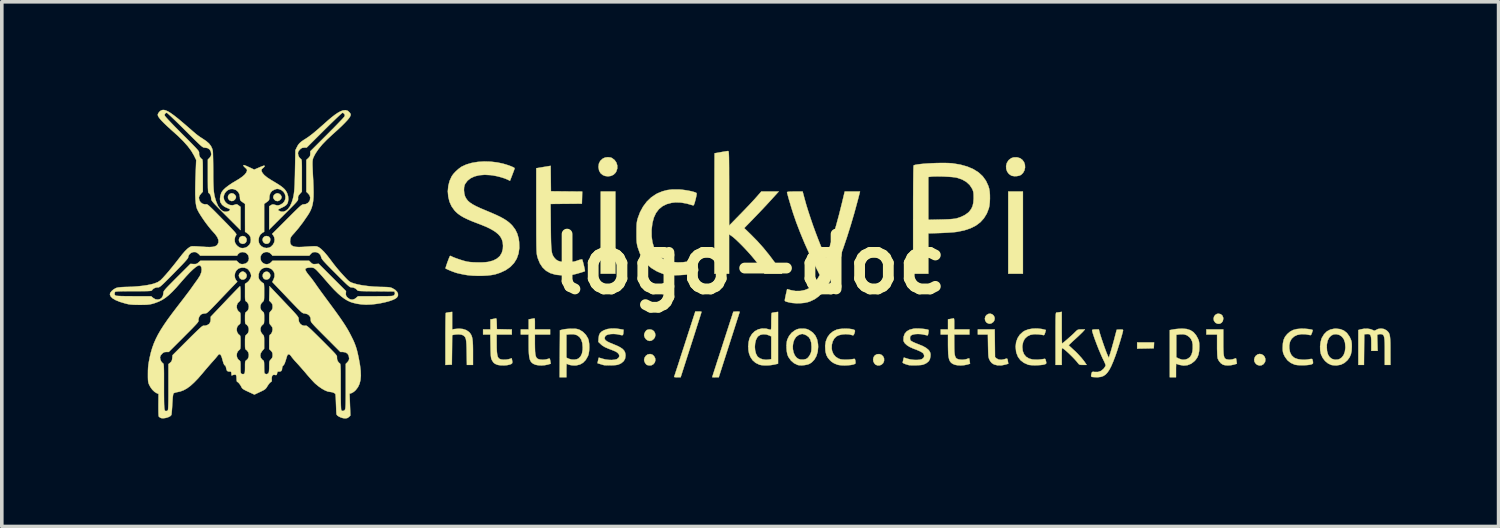
<source format=kicad_pcb>
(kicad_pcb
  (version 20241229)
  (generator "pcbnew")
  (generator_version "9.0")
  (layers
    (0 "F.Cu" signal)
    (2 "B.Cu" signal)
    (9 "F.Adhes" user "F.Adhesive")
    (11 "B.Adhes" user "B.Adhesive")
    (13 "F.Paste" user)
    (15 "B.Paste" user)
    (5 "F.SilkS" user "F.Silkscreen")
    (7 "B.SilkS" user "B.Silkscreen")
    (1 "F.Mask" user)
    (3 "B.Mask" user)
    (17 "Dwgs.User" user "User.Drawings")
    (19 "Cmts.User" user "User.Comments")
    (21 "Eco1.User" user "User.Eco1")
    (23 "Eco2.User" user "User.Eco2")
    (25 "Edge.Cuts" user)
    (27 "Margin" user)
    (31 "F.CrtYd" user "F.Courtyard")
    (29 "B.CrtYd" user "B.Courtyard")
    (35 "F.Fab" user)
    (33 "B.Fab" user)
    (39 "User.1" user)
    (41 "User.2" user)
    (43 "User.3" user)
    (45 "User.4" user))
  (footprint "logo-doc"
    (layer "F.Cu")
    (at 17.788 4.29)
    (property "Reference" "logo-doc" (at 0 0 0) (layer "F.SilkS") (effects (font (size 1.524 1.524) (thickness 0.3))))
    (attr through_hole)
    (fp_poly (pts (xy -3.738 0.266) (xy -4.145 0.266) (xy -4.145 -2.018) (xy -3.738 -2.018) (xy -3.738 0.266)) (stroke (width 0.01) (type solid)) (fill yes) (layer "F.SilkS"))
    (fp_poly (pts (xy 7.586 0.266) (xy 7.179 0.266) (xy 7.179 -2.018) (xy 7.586 -2.018) (xy 7.586 0.266)) (stroke (width 0.01) (type solid)) (fill yes) (layer "F.SilkS"))
    (fp_poly (pts (xy 11.227 2.256) (xy 11.222 2.338) (xy 10.991 2.343) (xy 10.761 2.347) (xy 10.761 2.174) (xy 11.231 2.174) (xy 11.227 2.256)) (stroke (width 0.01) (type solid)) (fill yes) (layer "F.SilkS"))
    (fp_poly (pts (xy -13.39 0.216) (xy -13.35 0.247) (xy -13.328 0.295) (xy -13.326 0.319) (xy -13.339 0.373) (xy -13.374 0.411) (xy -13.424 0.429) (xy -13.478 0.422) (xy -13.519 0.391) (xy -13.538 0.346) (xy -13.538 0.295) (xy -13.515 0.248) (xy -13.49 0.225) (xy -13.439 0.207) (xy -13.39 0.216)) (stroke (width 0.01) (type solid)) (fill yes) (layer "F.SilkS"))
    (fp_poly (pts (xy -13.393 -0.775) (xy -13.36 -0.758) (xy -13.333 -0.723) (xy -13.326 -0.679) (xy -13.338 -0.624) (xy -13.37 -0.584) (xy -13.414 -0.565) (xy -13.463 -0.568) (xy -13.509 -0.598) (xy -13.511 -0.599) (xy -13.539 -0.647) (xy -13.542 -0.694) (xy -13.524 -0.736) (xy -13.49 -0.767) (xy -13.444 -0.782) (xy -13.393 -0.775)) (stroke (width 0.01) (type solid)) (fill yes) (layer "F.SilkS"))
    (fp_poly (pts (xy -14.046 -0.771) (xy -14.014 -0.751) (xy -13.99 -0.711) (xy -13.983 -0.673) (xy -13.993 -0.627) (xy -14.014 -0.594) (xy -14.053 -0.571) (xy -14.092 -0.563) (xy -14.138 -0.574) (xy -14.17 -0.594) (xy -14.194 -0.634) (xy -14.201 -0.673) (xy -14.191 -0.718) (xy -14.17 -0.751) (xy -14.131 -0.774) (xy -14.092 -0.782) (xy -14.046 -0.771)) (stroke (width 0.01) (type solid)) (fill yes) (layer "F.SilkS"))
    (fp_poly (pts (xy 6.732 1.393) (xy 6.771 1.426) (xy 6.796 1.471) (xy 6.802 1.522) (xy 6.786 1.576) (xy 6.758 1.612) (xy 6.703 1.649) (xy 6.646 1.656) (xy 6.589 1.632) (xy 6.576 1.622) (xy 6.54 1.573) (xy 6.529 1.515) (xy 6.542 1.457) (xy 6.574 1.414) (xy 6.629 1.382) (xy 6.683 1.377) (xy 6.732 1.393)) (stroke (width 0.01) (type solid)) (fill yes) (layer "F.SilkS"))
    (fp_poly (pts (xy 13.083 1.39) (xy 13.127 1.427) (xy 13.151 1.485) (xy 13.154 1.517) (xy 13.141 1.58) (xy 13.108 1.627) (xy 13.06 1.654) (xy 13.005 1.658) (xy 12.949 1.636) (xy 12.929 1.62) (xy 12.894 1.57) (xy 12.885 1.514) (xy 12.897 1.459) (xy 12.929 1.413) (xy 12.977 1.383) (xy 13.021 1.376) (xy 13.083 1.39)) (stroke (width 0.01) (type solid)) (fill yes) (layer "F.SilkS"))
    (fp_poly (pts (xy -14.348 -1.958) (xy -14.307 -1.924) (xy -14.282 -1.881) (xy -14.28 -1.861) (xy -14.289 -1.831) (xy -14.311 -1.794) (xy -14.312 -1.793) (xy -14.356 -1.759) (xy -14.408 -1.753) (xy -14.461 -1.775) (xy -14.468 -1.781) (xy -14.499 -1.822) (xy -14.505 -1.87) (xy -14.49 -1.916) (xy -14.456 -1.952) (xy -14.408 -1.97) (xy -14.396 -1.971) (xy -14.348 -1.958)) (stroke (width 0.01) (type solid)) (fill yes) (layer "F.SilkS"))
    (fp_poly (pts (xy -14.061 0.213) (xy -14.025 0.235) (xy -14.024 0.236) (xy -13.991 0.278) (xy -13.982 0.324) (xy -13.995 0.37) (xy -14.024 0.406) (xy -14.067 0.428) (xy -14.118 0.427) (xy -14.134 0.422) (xy -14.176 0.39) (xy -14.198 0.337) (xy -14.201 0.307) (xy -14.188 0.269) (xy -14.156 0.232) (xy -14.115 0.208) (xy -14.092 0.203) (xy -14.061 0.213)) (stroke (width 0.01) (type solid)) (fill yes) (layer "F.SilkS"))
    (fp_poly (pts (xy -13.081 -1.958) (xy -13.04 -1.925) (xy -13.016 -1.881) (xy -13.013 -1.861) (xy -13.027 -1.816) (xy -13.062 -1.777) (xy -13.109 -1.754) (xy -13.13 -1.752) (xy -13.18 -1.762) (xy -13.215 -1.793) (xy -13.238 -1.829) (xy -13.247 -1.86) (xy -13.247 -1.861) (xy -13.233 -1.907) (xy -13.198 -1.945) (xy -13.151 -1.968) (xy -13.13 -1.971) (xy -13.081 -1.958)) (stroke (width 0.01) (type solid)) (fill yes) (layer "F.SilkS"))
    (fp_poly (pts (xy 14.22 2.505) (xy 14.268 2.533) (xy 14.304 2.577) (xy 14.323 2.632) (xy 14.32 2.695) (xy 14.311 2.722) (xy 14.273 2.777) (xy 14.22 2.809) (xy 14.16 2.817) (xy 14.099 2.799) (xy 14.06 2.77) (xy 14.021 2.712) (xy 14.012 2.648) (xy 14.032 2.584) (xy 14.058 2.547) (xy 14.109 2.508) (xy 14.165 2.495) (xy 14.22 2.505)) (stroke (width 0.01) (type solid)) (fill yes) (layer "F.SilkS"))
    (fp_poly (pts (xy 3.657 2.52) (xy 3.702 2.563) (xy 3.728 2.62) (xy 3.728 2.688) (xy 3.728 2.689) (xy 3.703 2.749) (xy 3.659 2.791) (xy 3.605 2.814) (xy 3.547 2.815) (xy 3.492 2.792) (xy 3.466 2.767) (xy 3.432 2.708) (xy 3.424 2.644) (xy 3.438 2.584) (xy 3.473 2.535) (xy 3.527 2.505) (xy 3.531 2.503) (xy 3.598 2.499) (xy 3.657 2.52)) (stroke (width 0.01) (type solid)) (fill yes) (layer "F.SilkS"))
    (fp_poly (pts (xy -2.714 1.828) (xy -2.667 1.863) (xy -2.637 1.914) (xy -2.627 1.972) (xy -2.64 2.032) (xy -2.671 2.078) (xy -2.726 2.121) (xy -2.785 2.134) (xy -2.842 2.119) (xy -2.889 2.084) (xy -2.925 2.032) (xy -2.94 1.974) (xy -2.94 1.971) (xy -2.93 1.923) (xy -2.905 1.874) (xy -2.873 1.837) (xy -2.863 1.83) (xy -2.827 1.819) (xy -2.78 1.814) (xy -2.776 1.814) (xy -2.714 1.828)) (stroke (width 0.01) (type solid)) (fill yes) (layer "F.SilkS"))
    (fp_poly (pts (xy -2.713 2.513) (xy -2.667 2.552) (xy -2.634 2.611) (xy -2.627 2.672) (xy -2.643 2.73) (xy -2.679 2.777) (xy -2.731 2.808) (xy -2.779 2.815) (xy -2.826 2.81) (xy -2.862 2.8) (xy -2.866 2.798) (xy -2.897 2.767) (xy -2.925 2.72) (xy -2.939 2.671) (xy -2.94 2.659) (xy -2.927 2.601) (xy -2.892 2.548) (xy -2.845 2.512) (xy -2.842 2.51) (xy -2.774 2.497) (xy -2.713 2.513)) (stroke (width 0.01) (type solid)) (fill yes) (layer "F.SilkS"))
    (fp_poly (pts (xy -3.873 -2.964) (xy -3.835 -2.95) (xy -3.762 -2.895) (xy -3.712 -2.825) (xy -3.686 -2.743) (xy -3.686 -2.657) (xy -3.714 -2.573) (xy -3.736 -2.537) (xy -3.791 -2.484) (xy -3.864 -2.451) (xy -3.945 -2.44) (xy -4.027 -2.451) (xy -4.089 -2.477) (xy -4.152 -2.53) (xy -4.191 -2.601) (xy -4.206 -2.69) (xy -4.207 -2.707) (xy -4.195 -2.796) (xy -4.158 -2.869) (xy -4.092 -2.93) (xy -4.083 -2.936) (xy -4.021 -2.963) (xy -3.946 -2.972) (xy -3.873 -2.964)) (stroke (width 0.01) (type solid)) (fill yes) (layer "F.SilkS"))
    (fp_poly (pts (xy 7.425 -2.968) (xy 7.431 -2.967) (xy 7.51 -2.943) (xy 7.572 -2.897) (xy 7.617 -2.835) (xy 7.642 -2.762) (xy 7.646 -2.685) (xy 7.629 -2.607) (xy 7.59 -2.536) (xy 7.534 -2.481) (xy 7.485 -2.459) (xy 7.418 -2.446) (xy 7.347 -2.444) (xy 7.284 -2.454) (xy 7.264 -2.461) (xy 7.197 -2.507) (xy 7.149 -2.572) (xy 7.123 -2.648) (xy 7.119 -2.729) (xy 7.139 -2.809) (xy 7.182 -2.88) (xy 7.195 -2.894) (xy 7.262 -2.945) (xy 7.336 -2.969) (xy 7.425 -2.968)) (stroke (width 0.01) (type solid)) (fill yes) (layer "F.SilkS"))
    (fp_poly (pts (xy -0.29 1.32) (xy -0.284 1.331) (xy -0.285 1.333) (xy -0.291 1.351) (xy -0.306 1.396) (xy -0.328 1.466) (xy -0.358 1.558) (xy -0.393 1.668) (xy -0.434 1.796) (xy -0.479 1.937) (xy -0.528 2.09) (xy -0.579 2.248) (xy -0.866 3.144) (xy -0.957 3.144) (xy -1.005 3.143) (xy -1.038 3.142) (xy -1.048 3.14) (xy -1.043 3.125) (xy -1.029 3.082) (xy -1.008 3.015) (xy -0.979 2.926) (xy -0.944 2.818) (xy -0.904 2.692) (xy -0.858 2.552) (xy -0.809 2.401) (xy -0.757 2.24) (xy -0.754 2.229) (xy -0.46 1.322) (xy -0.369 1.317) (xy -0.316 1.316) (xy -0.29 1.32)) (stroke (width 0.01) (type solid)) (fill yes) (layer "F.SilkS"))
    (fp_poly (pts (xy 6.811 2.583) (xy 6.855 2.621) (xy 6.913 2.651) (xy 6.987 2.658) (xy 7.073 2.642) (xy 7.09 2.636) (xy 7.126 2.625) (xy 7.146 2.625) (xy 7.158 2.644) (xy 7.167 2.686) (xy 7.17 2.709) (xy 7.18 2.767) (xy 7.098 2.791) (xy 6.988 2.813) (xy 6.883 2.812) (xy 6.791 2.789) (xy 6.772 2.78) (xy 6.72 2.746) (xy 6.682 2.701) (xy 6.663 2.667) (xy 6.649 2.639) (xy 6.639 2.611) (xy 6.632 2.58) (xy 6.627 2.54) (xy 6.624 2.485) (xy 6.621 2.411) (xy 6.619 2.312) (xy 6.618 2.272) (xy 6.613 1.955) (xy 6.334 1.955) (xy 6.334 1.814) (xy 6.802 1.814) (xy 6.811 2.583)) (stroke (width 0.01) (type solid)) (fill yes) (layer "F.SilkS"))
    (fp_poly (pts (xy -1.383 1.316) (xy -1.352 1.32) (xy -1.345 1.325) (xy -1.348 1.338) (xy -1.358 1.371) (xy -1.375 1.425) (xy -1.399 1.502) (xy -1.431 1.602) (xy -1.471 1.727) (xy -1.518 1.876) (xy -1.574 2.051) (xy -1.639 2.254) (xy -1.713 2.484) (xy -1.796 2.743) (xy -1.808 2.78) (xy -1.925 3.144) (xy -2.019 3.144) (xy -2.067 3.142) (xy -2.099 3.137) (xy -2.107 3.132) (xy -2.1 3.115) (xy -2.085 3.071) (xy -2.064 3.006) (xy -2.037 2.923) (xy -2.005 2.827) (xy -1.971 2.721) (xy -1.933 2.601) (xy -1.887 2.459) (xy -1.836 2.303) (xy -1.784 2.142) (xy -1.733 1.984) (xy -1.686 1.838) (xy -1.679 1.818) (xy -1.516 1.314) (xy -1.43 1.314) (xy -1.383 1.316)) (stroke (width 0.01) (type solid)) (fill yes) (layer "F.SilkS"))
    (fp_poly (pts (xy 13.154 2.167) (xy 13.154 2.298) (xy 13.157 2.402) (xy 13.161 2.482) (xy 13.169 2.541) (xy 13.18 2.584) (xy 13.195 2.612) (xy 13.216 2.631) (xy 13.24 2.643) (xy 13.318 2.657) (xy 13.408 2.646) (xy 13.442 2.635) (xy 13.481 2.623) (xy 13.505 2.616) (xy 13.507 2.617) (xy 13.511 2.632) (xy 13.518 2.669) (xy 13.521 2.693) (xy 13.532 2.766) (xy 13.45 2.791) (xy 13.367 2.808) (xy 13.281 2.814) (xy 13.202 2.808) (xy 13.145 2.793) (xy 13.086 2.753) (xy 13.035 2.693) (xy 13 2.624) (xy 12.998 2.615) (xy 12.993 2.582) (xy 12.988 2.522) (xy 12.985 2.444) (xy 12.982 2.353) (xy 12.982 2.256) (xy 12.982 1.955) (xy 12.684 1.955) (xy 12.684 1.814) (xy 13.154 1.814) (xy 13.154 2.167)) (stroke (width 0.01) (type solid)) (fill yes) (layer "F.SilkS"))
    (fp_poly (pts (xy -8.274 1.815) (xy -8.207 1.803) (xy -8.087 1.792) (xy -7.977 1.802) (xy -7.882 1.833) (xy -7.807 1.884) (xy -7.79 1.901) (xy -7.762 1.938) (xy -7.739 1.978) (xy -7.722 2.026) (xy -7.71 2.085) (xy -7.702 2.16) (xy -7.697 2.256) (xy -7.695 2.376) (xy -7.695 2.458) (xy -7.695 2.8) (xy -7.864 2.8) (xy -7.87 2.452) (xy -7.872 2.325) (xy -7.876 2.226) (xy -7.882 2.15) (xy -7.89 2.094) (xy -7.902 2.052) (xy -7.919 2.021) (xy -7.941 1.998) (xy -7.969 1.977) (xy -7.969 1.977) (xy -8.016 1.959) (xy -8.082 1.951) (xy -8.158 1.952) (xy -8.215 1.96) (xy -8.273 1.972) (xy -8.277 2.382) (xy -8.282 2.792) (xy -8.372 2.797) (xy -8.461 2.801) (xy -8.461 2.082) (xy -8.461 1.935) (xy -8.46 1.798) (xy -8.459 1.674) (xy -8.458 1.565) (xy -8.456 1.476) (xy -8.454 1.41) (xy -8.452 1.368) (xy -8.45 1.356) (xy -8.429 1.35) (xy -8.387 1.342) (xy -8.356 1.338) (xy -8.274 1.326) (xy -8.274 1.815)) (stroke (width 0.01) (type solid)) (fill yes) (layer "F.SilkS"))
    (fp_poly (pts (xy -5.982 1.516) (xy -5.977 1.541) (xy -5.975 1.588) (xy -5.975 1.657) (xy -5.975 1.814) (xy -5.552 1.814) (xy -5.552 1.955) (xy -5.975 1.955) (xy -5.975 2.217) (xy -5.973 2.337) (xy -5.97 2.43) (xy -5.963 2.5) (xy -5.952 2.551) (xy -5.937 2.589) (xy -5.916 2.616) (xy -5.911 2.62) (xy -5.87 2.642) (xy -5.808 2.654) (xy -5.738 2.656) (xy -5.668 2.648) (xy -5.634 2.639) (xy -5.593 2.627) (xy -5.567 2.624) (xy -5.562 2.625) (xy -5.556 2.646) (xy -5.548 2.685) (xy -5.545 2.701) (xy -5.534 2.766) (xy -5.617 2.791) (xy -5.698 2.807) (xy -5.79 2.814) (xy -5.88 2.81) (xy -5.955 2.796) (xy -5.964 2.792) (xy -6.017 2.77) (xy -6.059 2.74) (xy -6.091 2.701) (xy -6.115 2.648) (xy -6.131 2.578) (xy -6.141 2.487) (xy -6.146 2.372) (xy -6.147 2.249) (xy -6.147 1.955) (xy -6.366 1.955) (xy -6.366 1.814) (xy -6.147 1.814) (xy -6.147 1.534) (xy -6.088 1.524) (xy -6.042 1.516) (xy -6.005 1.508) (xy -6.002 1.507) (xy -5.99 1.506) (xy -5.982 1.516)) (stroke (width 0.01) (type solid)) (fill yes) (layer "F.SilkS"))
    (fp_poly (pts (xy 5.671 1.516) (xy 5.675 1.541) (xy 5.677 1.588) (xy 5.677 1.657) (xy 5.677 1.814) (xy 6.1 1.814) (xy 6.1 1.955) (xy 5.677 1.955) (xy 5.678 2.217) (xy 5.679 2.337) (xy 5.682 2.43) (xy 5.689 2.5) (xy 5.7 2.551) (xy 5.715 2.589) (xy 5.736 2.616) (xy 5.741 2.62) (xy 5.783 2.642) (xy 5.845 2.654) (xy 5.917 2.656) (xy 5.987 2.647) (xy 6.021 2.638) (xy 6.062 2.624) (xy 6.089 2.617) (xy 6.093 2.617) (xy 6.097 2.632) (xy 6.103 2.669) (xy 6.106 2.693) (xy 6.117 2.767) (xy 6.035 2.791) (xy 5.954 2.807) (xy 5.862 2.814) (xy 5.772 2.81) (xy 5.697 2.796) (xy 5.688 2.792) (xy 5.635 2.77) (xy 5.593 2.74) (xy 5.561 2.701) (xy 5.537 2.648) (xy 5.521 2.578) (xy 5.511 2.487) (xy 5.507 2.372) (xy 5.505 2.249) (xy 5.505 1.955) (xy 5.302 1.955) (xy 5.302 1.814) (xy 5.505 1.814) (xy 5.505 1.534) (xy 5.564 1.524) (xy 5.61 1.516) (xy 5.647 1.508) (xy 5.65 1.507) (xy 5.663 1.506) (xy 5.671 1.516)) (stroke (width 0.01) (type solid)) (fill yes) (layer "F.SilkS"))
    (fp_poly (pts (xy 17.617 1.802) (xy 17.687 1.838) (xy 17.693 1.843) (xy 17.723 1.87) (xy 17.747 1.898) (xy 17.765 1.931) (xy 17.778 1.972) (xy 17.787 2.026) (xy 17.793 2.096) (xy 17.797 2.187) (xy 17.798 2.303) (xy 17.798 2.405) (xy 17.799 2.8) (xy 17.642 2.8) (xy 17.642 2.432) (xy 17.642 2.297) (xy 17.64 2.191) (xy 17.636 2.109) (xy 17.629 2.048) (xy 17.618 2.005) (xy 17.604 1.976) (xy 17.585 1.958) (xy 17.561 1.947) (xy 17.555 1.946) (xy 17.507 1.943) (xy 17.472 1.949) (xy 17.431 1.964) (xy 17.437 2.186) (xy 17.443 2.409) (xy 17.267 2.409) (xy 17.267 2.209) (xy 17.266 2.11) (xy 17.261 2.038) (xy 17.251 1.99) (xy 17.233 1.96) (xy 17.207 1.945) (xy 17.169 1.942) (xy 17.144 1.943) (xy 17.071 1.947) (xy 17.067 2.373) (xy 17.063 2.8) (xy 16.907 2.8) (xy 16.907 1.831) (xy 16.974 1.812) (xy 17.066 1.795) (xy 17.159 1.793) (xy 17.243 1.806) (xy 17.291 1.824) (xy 17.333 1.844) (xy 17.359 1.848) (xy 17.381 1.838) (xy 17.385 1.836) (xy 17.456 1.801) (xy 17.537 1.79) (xy 17.617 1.802)) (stroke (width 0.01) (type solid)) (fill yes) (layer "F.SilkS"))
    (fp_poly (pts (xy -7.045 1.518) (xy -7.04 1.545) (xy -7.037 1.595) (xy -7.035 1.653) (xy -7.03 1.806) (xy -6.823 1.811) (xy -6.616 1.815) (xy -6.616 1.955) (xy -7.038 1.955) (xy -7.037 2.201) (xy -7.036 2.332) (xy -7.031 2.434) (xy -7.022 2.512) (xy -7.008 2.569) (xy -6.986 2.608) (xy -6.955 2.633) (xy -6.914 2.647) (xy -6.863 2.654) (xy -6.855 2.655) (xy -6.782 2.654) (xy -6.711 2.643) (xy -6.692 2.638) (xy -6.619 2.616) (xy -6.61 2.663) (xy -6.601 2.717) (xy -6.606 2.751) (xy -6.628 2.772) (xy -6.673 2.79) (xy -6.673 2.79) (xy -6.744 2.806) (xy -6.829 2.813) (xy -6.917 2.812) (xy -6.994 2.802) (xy -7.027 2.793) (xy -7.083 2.768) (xy -7.123 2.737) (xy -7.156 2.689) (xy -7.168 2.668) (xy -7.179 2.644) (xy -7.188 2.618) (xy -7.194 2.584) (xy -7.199 2.54) (xy -7.202 2.478) (xy -7.205 2.395) (xy -7.207 2.286) (xy -7.207 2.28) (xy -7.213 1.955) (xy -7.414 1.955) (xy -7.414 1.814) (xy -7.21 1.814) (xy -7.21 1.536) (xy -7.152 1.526) (xy -7.105 1.517) (xy -7.069 1.509) (xy -7.066 1.508) (xy -7.054 1.507) (xy -7.045 1.518)) (stroke (width 0.01) (type solid)) (fill yes) (layer "F.SilkS"))
    (fp_poly (pts (xy 12.137 1.802) (xy 12.24 1.835) (xy 12.326 1.891) (xy 12.397 1.974) (xy 12.448 2.065) (xy 12.468 2.112) (xy 12.48 2.156) (xy 12.486 2.208) (xy 12.488 2.278) (xy 12.488 2.299) (xy 12.483 2.416) (xy 12.466 2.509) (xy 12.435 2.587) (xy 12.388 2.657) (xy 12.35 2.698) (xy 12.26 2.767) (xy 12.159 2.807) (xy 12.051 2.818) (xy 11.939 2.799) (xy 11.918 2.792) (xy 11.877 2.778) (xy 11.85 2.769) (xy 11.846 2.768) (xy 11.843 2.783) (xy 11.842 2.823) (xy 11.84 2.882) (xy 11.84 2.954) (xy 11.84 3.144) (xy 11.668 3.144) (xy 11.668 1.963) (xy 11.848 1.963) (xy 11.848 2.588) (xy 11.917 2.624) (xy 12.007 2.654) (xy 12.095 2.653) (xy 12.169 2.627) (xy 12.229 2.582) (xy 12.271 2.515) (xy 12.297 2.425) (xy 12.305 2.346) (xy 12.305 2.236) (xy 12.289 2.149) (xy 12.255 2.078) (xy 12.217 2.031) (xy 12.145 1.977) (xy 12.061 1.95) (xy 11.962 1.948) (xy 11.937 1.951) (xy 11.848 1.963) (xy 11.668 1.963) (xy 11.668 1.833) (xy 11.773 1.813) (xy 11.843 1.803) (xy 11.926 1.796) (xy 12.006 1.792) (xy 12.013 1.792) (xy 12.137 1.802)) (stroke (width 0.01) (type solid)) (fill yes) (layer "F.SilkS"))
    (fp_poly (pts (xy 8.11 1.802) (xy 8.167 1.815) (xy 8.224 1.83) (xy 8.204 1.904) (xy 8.186 1.954) (xy 8.168 1.973) (xy 8.163 1.973) (xy 8.137 1.968) (xy 8.09 1.96) (xy 8.031 1.952) (xy 8.024 1.951) (xy 7.9 1.946) (xy 7.794 1.965) (xy 7.707 2.008) (xy 7.639 2.072) (xy 7.594 2.158) (xy 7.572 2.262) (xy 7.57 2.305) (xy 7.582 2.415) (xy 7.618 2.505) (xy 7.677 2.575) (xy 7.758 2.624) (xy 7.861 2.65) (xy 7.985 2.655) (xy 8.007 2.654) (xy 8.07 2.648) (xy 8.127 2.641) (xy 8.165 2.635) (xy 8.167 2.635) (xy 8.191 2.63) (xy 8.206 2.636) (xy 8.217 2.658) (xy 8.228 2.702) (xy 8.233 2.724) (xy 8.235 2.754) (xy 8.22 2.772) (xy 8.192 2.784) (xy 8.142 2.796) (xy 8.07 2.804) (xy 7.987 2.809) (xy 7.901 2.81) (xy 7.821 2.807) (xy 7.757 2.8) (xy 7.731 2.794) (xy 7.613 2.741) (xy 7.519 2.669) (xy 7.45 2.577) (xy 7.406 2.466) (xy 7.397 2.428) (xy 7.384 2.293) (xy 7.398 2.169) (xy 7.438 2.056) (xy 7.501 1.96) (xy 7.588 1.881) (xy 7.645 1.847) (xy 7.743 1.811) (xy 7.86 1.791) (xy 7.985 1.788) (xy 8.11 1.802)) (stroke (width 0.01) (type solid)) (fill yes) (layer "F.SilkS"))
    (fp_poly (pts (xy -4.832 1.797) (xy -4.788 1.806) (xy -4.746 1.82) (xy -4.727 1.828) (xy -4.637 1.885) (xy -4.558 1.965) (xy -4.499 2.063) (xy -4.478 2.13) (xy -4.466 2.217) (xy -4.463 2.314) (xy -4.468 2.41) (xy -4.481 2.495) (xy -4.5 2.553) (xy -4.561 2.66) (xy -4.635 2.738) (xy -4.722 2.788) (xy -4.824 2.813) (xy -4.876 2.815) (xy -4.939 2.811) (xy -4.998 2.802) (xy -5.031 2.792) (xy -5.068 2.777) (xy -5.091 2.769) (xy -5.093 2.768) (xy -5.095 2.783) (xy -5.097 2.823) (xy -5.098 2.882) (xy -5.099 2.954) (xy -5.099 3.144) (xy -5.287 3.144) (xy -5.283 2.491) (xy -5.279 1.959) (xy -5.099 1.959) (xy -5.099 2.598) (xy -5.032 2.629) (xy -4.96 2.65) (xy -4.882 2.654) (xy -4.808 2.642) (xy -4.758 2.618) (xy -4.702 2.56) (xy -4.666 2.482) (xy -4.648 2.381) (xy -4.646 2.315) (xy -4.656 2.194) (xy -4.687 2.096) (xy -4.737 2.023) (xy -4.807 1.973) (xy -4.896 1.948) (xy -5.004 1.948) (xy -5.013 1.949) (xy -5.099 1.959) (xy -5.279 1.959) (xy -5.279 1.838) (xy -5.2 1.817) (xy -5.15 1.808) (xy -5.079 1.8) (xy -5.001 1.795) (xy -4.966 1.794) (xy -4.888 1.794) (xy -4.832 1.797)) (stroke (width 0.01) (type solid)) (fill yes) (layer "F.SilkS"))
    (fp_poly (pts (xy 2.755 1.796) (xy 2.835 1.807) (xy 2.86 1.813) (xy 2.898 1.825) (xy 2.917 1.841) (xy 2.919 1.868) (xy 2.907 1.912) (xy 2.894 1.946) (xy 2.878 1.974) (xy 2.856 1.977) (xy 2.842 1.972) (xy 2.755 1.951) (xy 2.657 1.945) (xy 2.558 1.954) (xy 2.469 1.976) (xy 2.406 2.007) (xy 2.345 2.066) (xy 2.301 2.146) (xy 2.276 2.24) (xy 2.273 2.342) (xy 2.284 2.412) (xy 2.32 2.499) (xy 2.38 2.571) (xy 2.459 2.623) (xy 2.518 2.643) (xy 2.584 2.652) (xy 2.667 2.655) (xy 2.758 2.651) (xy 2.842 2.641) (xy 2.88 2.634) (xy 2.905 2.631) (xy 2.919 2.642) (xy 2.928 2.674) (xy 2.931 2.691) (xy 2.935 2.741) (xy 2.926 2.767) (xy 2.921 2.77) (xy 2.875 2.788) (xy 2.806 2.802) (xy 2.723 2.81) (xy 2.634 2.814) (xy 2.548 2.811) (xy 2.473 2.803) (xy 2.432 2.793) (xy 2.343 2.758) (xy 2.271 2.713) (xy 2.219 2.664) (xy 2.162 2.595) (xy 2.125 2.523) (xy 2.103 2.438) (xy 2.098 2.405) (xy 2.091 2.267) (xy 2.111 2.142) (xy 2.155 2.032) (xy 2.223 1.94) (xy 2.313 1.867) (xy 2.414 1.819) (xy 2.481 1.804) (xy 2.567 1.795) (xy 2.662 1.792) (xy 2.755 1.796)) (stroke (width 0.01) (type solid)) (fill yes) (layer "F.SilkS"))
    (fp_poly (pts (xy 0.782 2.766) (xy 0.673 2.791) (xy 0.587 2.805) (xy 0.493 2.813) (xy 0.4 2.813) (xy 0.319 2.806) (xy 0.264 2.794) (xy 0.158 2.742) (xy 0.075 2.67) (xy 0.013 2.576) (xy -0.024 2.48) (xy -0.041 2.386) (xy -0.045 2.298) (xy 0.137 2.298) (xy 0.145 2.396) (xy 0.168 2.486) (xy 0.205 2.558) (xy 0.216 2.571) (xy 0.275 2.616) (xy 0.355 2.646) (xy 0.446 2.658) (xy 0.542 2.65) (xy 0.545 2.649) (xy 0.594 2.639) (xy 0.594 2.008) (xy 0.541 1.982) (xy 0.454 1.953) (xy 0.369 1.948) (xy 0.292 1.964) (xy 0.23 2.003) (xy 0.206 2.031) (xy 0.167 2.107) (xy 0.145 2.199) (xy 0.137 2.298) (xy -0.045 2.298) (xy -0.046 2.28) (xy -0.037 2.174) (xy -0.016 2.079) (xy -0.002 2.041) (xy 0.058 1.94) (xy 0.136 1.864) (xy 0.23 1.813) (xy 0.335 1.789) (xy 0.45 1.792) (xy 0.57 1.824) (xy 0.572 1.825) (xy 0.581 1.824) (xy 0.587 1.81) (xy 0.591 1.781) (xy 0.593 1.73) (xy 0.594 1.655) (xy 0.594 1.598) (xy 0.595 1.515) (xy 0.597 1.445) (xy 0.6 1.391) (xy 0.604 1.361) (xy 0.606 1.356) (xy 0.627 1.35) (xy 0.668 1.342) (xy 0.7 1.338) (xy 0.782 1.326) (xy 0.782 2.766)) (stroke (width 0.01) (type solid)) (fill yes) (layer "F.SilkS"))
    (fp_poly (pts (xy 16.405 1.806) (xy 16.504 1.845) (xy 16.588 1.911) (xy 16.656 2.005) (xy 16.683 2.057) (xy 16.705 2.109) (xy 16.718 2.157) (xy 16.724 2.212) (xy 16.726 2.286) (xy 16.726 2.291) (xy 16.72 2.411) (xy 16.699 2.51) (xy 16.66 2.594) (xy 16.606 2.668) (xy 16.519 2.745) (xy 16.421 2.794) (xy 16.312 2.813) (xy 16.289 2.814) (xy 16.23 2.811) (xy 16.178 2.805) (xy 16.153 2.8) (xy 16.064 2.758) (xy 15.983 2.691) (xy 15.917 2.605) (xy 15.87 2.507) (xy 15.865 2.49) (xy 15.847 2.392) (xy 15.845 2.291) (xy 16.029 2.291) (xy 16.037 2.413) (xy 16.064 2.511) (xy 16.11 2.584) (xy 16.174 2.632) (xy 16.176 2.633) (xy 16.257 2.656) (xy 16.343 2.65) (xy 16.382 2.637) (xy 16.447 2.593) (xy 16.498 2.525) (xy 16.532 2.435) (xy 16.547 2.328) (xy 16.547 2.299) (xy 16.537 2.182) (xy 16.505 2.088) (xy 16.452 2.016) (xy 16.379 1.967) (xy 16.373 1.965) (xy 16.29 1.945) (xy 16.215 1.953) (xy 16.149 1.987) (xy 16.094 2.045) (xy 16.055 2.125) (xy 16.033 2.224) (xy 16.029 2.291) (xy 15.845 2.291) (xy 15.845 2.282) (xy 15.857 2.173) (xy 15.882 2.077) (xy 15.893 2.049) (xy 15.956 1.945) (xy 16.034 1.868) (xy 16.128 1.818) (xy 16.238 1.794) (xy 16.289 1.792) (xy 16.405 1.806)) (stroke (width 0.01) (type solid)) (fill yes) (layer "F.SilkS"))
    (fp_poly (pts (xy 15.42 1.795) (xy 15.49 1.801) (xy 15.553 1.809) (xy 15.604 1.818) (xy 15.634 1.828) (xy 15.64 1.834) (xy 15.636 1.85) (xy 15.625 1.885) (xy 15.618 1.908) (xy 15.6 1.954) (xy 15.581 1.973) (xy 15.576 1.973) (xy 15.436 1.948) (xy 15.313 1.947) (xy 15.207 1.968) (xy 15.12 2.011) (xy 15.053 2.074) (xy 15.008 2.156) (xy 14.987 2.257) (xy 14.988 2.34) (xy 15.008 2.446) (xy 15.05 2.531) (xy 15.115 2.593) (xy 15.15 2.613) (xy 15.227 2.639) (xy 15.322 2.654) (xy 15.422 2.657) (xy 15.515 2.647) (xy 15.531 2.643) (xy 15.579 2.635) (xy 15.614 2.634) (xy 15.624 2.637) (xy 15.634 2.661) (xy 15.644 2.701) (xy 15.645 2.709) (xy 15.648 2.748) (xy 15.638 2.768) (xy 15.607 2.783) (xy 15.604 2.784) (xy 15.552 2.796) (xy 15.479 2.805) (xy 15.394 2.809) (xy 15.306 2.809) (xy 15.225 2.806) (xy 15.161 2.797) (xy 15.138 2.792) (xy 15.027 2.742) (xy 14.938 2.671) (xy 14.869 2.577) (xy 14.859 2.559) (xy 14.832 2.504) (xy 14.816 2.459) (xy 14.808 2.411) (xy 14.805 2.35) (xy 14.805 2.318) (xy 14.811 2.199) (xy 14.832 2.101) (xy 14.87 2.019) (xy 14.929 1.946) (xy 14.936 1.939) (xy 15.012 1.874) (xy 15.096 1.83) (xy 15.194 1.804) (xy 15.311 1.793) (xy 15.351 1.793) (xy 15.42 1.795)) (stroke (width 0.01) (type solid)) (fill yes) (layer "F.SilkS"))
    (fp_poly (pts (xy 1.522 1.794) (xy 1.573 1.802) (xy 1.619 1.819) (xy 1.656 1.838) (xy 1.751 1.905) (xy 1.821 1.99) (xy 1.868 2.095) (xy 1.892 2.219) (xy 1.896 2.299) (xy 1.884 2.434) (xy 1.848 2.553) (xy 1.791 2.653) (xy 1.714 2.732) (xy 1.651 2.772) (xy 1.595 2.791) (xy 1.522 2.805) (xy 1.444 2.812) (xy 1.373 2.81) (xy 1.329 2.802) (xy 1.227 2.753) (xy 1.142 2.68) (xy 1.071 2.58) (xy 1.061 2.561) (xy 1.039 2.499) (xy 1.024 2.417) (xy 1.017 2.324) (xy 1.018 2.267) (xy 1.192 2.267) (xy 1.194 2.361) (xy 1.212 2.452) (xy 1.246 2.533) (xy 1.297 2.598) (xy 1.345 2.632) (xy 1.41 2.652) (xy 1.485 2.653) (xy 1.555 2.637) (xy 1.593 2.617) (xy 1.624 2.586) (xy 1.657 2.538) (xy 1.674 2.509) (xy 1.694 2.463) (xy 1.706 2.418) (xy 1.711 2.361) (xy 1.713 2.299) (xy 1.705 2.186) (xy 1.68 2.097) (xy 1.638 2.03) (xy 1.576 1.981) (xy 1.564 1.975) (xy 1.515 1.954) (xy 1.469 1.941) (xy 1.455 1.939) (xy 1.417 1.946) (xy 1.367 1.964) (xy 1.345 1.975) (xy 1.283 2.023) (xy 1.236 2.092) (xy 1.206 2.175) (xy 1.192 2.267) (xy 1.018 2.267) (xy 1.018 2.231) (xy 1.027 2.146) (xy 1.039 2.098) (xy 1.09 1.993) (xy 1.163 1.904) (xy 1.253 1.838) (xy 1.304 1.813) (xy 1.35 1.799) (xy 1.404 1.793) (xy 1.455 1.792) (xy 1.522 1.794)) (stroke (width 0.01) (type solid)) (fill yes) (layer "F.SilkS"))
    (fp_poly (pts (xy 9.713 1.881) (xy 9.729 1.938) (xy 9.753 2.015) (xy 9.783 2.106) (xy 9.816 2.203) (xy 9.85 2.3) (xy 9.882 2.388) (xy 9.909 2.46) (xy 9.93 2.51) (xy 9.973 2.604) (xy 10.017 2.463) (xy 10.037 2.397) (xy 10.062 2.31) (xy 10.089 2.212) (xy 10.117 2.112) (xy 10.127 2.072) (xy 10.193 1.822) (xy 10.281 1.817) (xy 10.333 1.816) (xy 10.36 1.821) (xy 10.369 1.833) (xy 10.37 1.836) (xy 10.365 1.864) (xy 10.352 1.916) (xy 10.333 1.987) (xy 10.308 2.073) (xy 10.28 2.167) (xy 10.249 2.265) (xy 10.219 2.362) (xy 10.189 2.452) (xy 10.162 2.53) (xy 10.156 2.547) (xy 10.097 2.703) (xy 10.042 2.831) (xy 9.989 2.933) (xy 9.935 3.012) (xy 9.88 3.07) (xy 9.82 3.109) (xy 9.754 3.132) (xy 9.679 3.141) (xy 9.641 3.142) (xy 9.582 3.14) (xy 9.532 3.137) (xy 9.504 3.133) (xy 9.486 3.122) (xy 9.481 3.099) (xy 9.486 3.068) (xy 9.497 3.02) (xy 9.511 2.997) (xy 9.538 2.991) (xy 9.578 2.996) (xy 9.673 2.996) (xy 9.755 2.968) (xy 9.825 2.911) (xy 9.829 2.906) (xy 9.86 2.864) (xy 9.881 2.828) (xy 9.885 2.812) (xy 9.878 2.786) (xy 9.86 2.74) (xy 9.834 2.683) (xy 9.821 2.657) (xy 9.784 2.58) (xy 9.744 2.488) (xy 9.701 2.387) (xy 9.659 2.282) (xy 9.619 2.177) (xy 9.582 2.078) (xy 9.551 1.988) (xy 9.527 1.914) (xy 9.513 1.86) (xy 9.509 1.836) (xy 9.519 1.823) (xy 9.551 1.816) (xy 9.603 1.814) (xy 9.696 1.814) (xy 9.713 1.881)) (stroke (width 0.01) (type solid)) (fill yes) (layer "F.SilkS"))
    (fp_poly (pts (xy -5.533 -2.379) (xy -5.529 -2.025) (xy -5.094 -2.021) (xy -4.66 -2.017) (xy -4.664 -1.849) (xy -4.669 -1.681) (xy -5.104 -1.677) (xy -5.539 -1.673) (xy -5.533 -1.036) (xy -5.531 -0.864) (xy -5.529 -0.72) (xy -5.526 -0.6) (xy -5.522 -0.503) (xy -5.516 -0.425) (xy -5.509 -0.363) (xy -5.5 -0.313) (xy -5.488 -0.272) (xy -5.473 -0.238) (xy -5.455 -0.208) (xy -5.434 -0.177) (xy -5.431 -0.174) (xy -5.384 -0.124) (xy -5.326 -0.09) (xy -5.253 -0.068) (xy -5.158 -0.058) (xy -5.075 -0.057) (xy -4.99 -0.059) (xy -4.925 -0.065) (xy -4.869 -0.075) (xy -4.813 -0.092) (xy -4.788 -0.101) (xy -4.732 -0.12) (xy -4.688 -0.13) (xy -4.663 -0.132) (xy -4.661 -0.13) (xy -4.653 -0.111) (xy -4.641 -0.07) (xy -4.627 -0.016) (xy -4.612 0.045) (xy -4.599 0.104) (xy -4.589 0.154) (xy -4.584 0.186) (xy -4.585 0.194) (xy -4.606 0.204) (xy -4.65 0.219) (xy -4.708 0.237) (xy -4.774 0.256) (xy -4.839 0.274) (xy -4.895 0.287) (xy -4.903 0.289) (xy -5.005 0.304) (xy -5.123 0.31) (xy -5.247 0.308) (xy -5.362 0.298) (xy -5.415 0.289) (xy -5.549 0.248) (xy -5.664 0.183) (xy -5.76 0.093) (xy -5.836 -0.022) (xy -5.893 -0.162) (xy -5.908 -0.215) (xy -5.913 -0.237) (xy -5.918 -0.262) (xy -5.922 -0.293) (xy -5.925 -0.331) (xy -5.928 -0.379) (xy -5.93 -0.439) (xy -5.932 -0.514) (xy -5.933 -0.605) (xy -5.934 -0.715) (xy -5.935 -0.846) (xy -5.935 -1.001) (xy -5.935 -1.182) (xy -5.936 -1.39) (xy -5.936 -1.493) (xy -5.936 -2.666) (xy -5.537 -2.732) (xy -5.533 -2.379)) (stroke (width 0.01) (type solid)) (fill yes) (layer "F.SilkS"))
    (fp_poly (pts (xy -3.723 1.79) (xy -3.629 1.802) (xy -3.511 1.822) (xy -3.515 1.885) (xy -3.52 1.939) (xy -3.53 1.968) (xy -3.552 1.975) (xy -3.594 1.968) (xy -3.616 1.962) (xy -3.702 1.945) (xy -3.79 1.939) (xy -3.872 1.943) (xy -3.943 1.956) (xy -3.995 1.978) (xy -4.02 2.003) (xy -4.036 2.045) (xy -4.034 2.081) (xy -4.011 2.115) (xy -3.965 2.149) (xy -3.894 2.184) (xy -3.806 2.22) (xy -3.69 2.268) (xy -3.6 2.314) (xy -3.535 2.359) (xy -3.492 2.407) (xy -3.467 2.461) (xy -3.457 2.523) (xy -3.457 2.543) (xy -3.469 2.627) (xy -3.507 2.695) (xy -3.572 2.75) (xy -3.605 2.768) (xy -3.645 2.786) (xy -3.685 2.798) (xy -3.733 2.805) (xy -3.798 2.809) (xy -3.855 2.81) (xy -3.929 2.811) (xy -3.993 2.81) (xy -4.039 2.808) (xy -4.059 2.805) (xy -4.092 2.796) (xy -4.14 2.781) (xy -4.162 2.775) (xy -4.235 2.752) (xy -4.219 2.678) (xy -4.209 2.634) (xy -4.202 2.605) (xy -4.199 2.599) (xy -4.184 2.602) (xy -4.147 2.612) (xy -4.096 2.628) (xy -4.096 2.628) (xy -4.016 2.648) (xy -3.928 2.66) (xy -3.84 2.663) (xy -3.762 2.656) (xy -3.703 2.641) (xy -3.695 2.638) (xy -3.647 2.6) (xy -3.628 2.555) (xy -3.639 2.508) (xy -3.673 2.468) (xy -3.693 2.452) (xy -3.712 2.439) (xy -3.736 2.426) (xy -3.77 2.411) (xy -3.819 2.391) (xy -3.89 2.364) (xy -3.939 2.345) (xy -4.032 2.304) (xy -4.103 2.26) (xy -4.14 2.228) (xy -4.211 2.16) (xy -4.205 2.061) (xy -4.193 1.98) (xy -4.166 1.92) (xy -4.119 1.873) (xy -4.056 1.837) (xy -3.963 1.804) (xy -3.849 1.788) (xy -3.723 1.79)) (stroke (width 0.01) (type solid)) (fill yes) (layer "F.SilkS"))
    (fp_poly (pts (xy -0.601 -3.142) (xy -0.596 -3.137) (xy -0.592 -3.124) (xy -0.589 -3.104) (xy -0.586 -3.072) (xy -0.584 -3.027) (xy -0.582 -2.967) (xy -0.581 -2.89) (xy -0.58 -2.793) (xy -0.579 -2.674) (xy -0.579 -2.531) (xy -0.578 -2.361) (xy -0.578 -2.163) (xy -0.578 -2.108) (xy -0.577 -1.071) (xy -0.272 -1.383) (xy -0.183 -1.474) (xy -0.093 -1.568) (xy -0.006 -1.659) (xy 0.072 -1.743) (xy 0.137 -1.813) (xy 0.175 -1.856) (xy 0.317 -2.018) (xy 0.8 -2.018) (xy 0.584 -1.78) (xy 0.505 -1.694) (xy 0.411 -1.593) (xy 0.31 -1.486) (xy 0.209 -1.381) (xy 0.116 -1.284) (xy 0.105 -1.272) (xy -0.158 -1.002) (xy 0.039 -0.811) (xy 0.21 -0.637) (xy 0.38 -0.446) (xy 0.543 -0.245) (xy 0.694 -0.043) (xy 0.825 0.154) (xy 0.859 0.207) (xy 0.894 0.266) (xy 0.407 0.266) (xy 0.383 0.219) (xy 0.366 0.191) (xy 0.333 0.143) (xy 0.289 0.081) (xy 0.237 0.009) (xy 0.192 -0.051) (xy 0.123 -0.138) (xy 0.042 -0.235) (xy -0.047 -0.335) (xy -0.141 -0.437) (xy -0.235 -0.534) (xy -0.324 -0.622) (xy -0.405 -0.698) (xy -0.473 -0.756) (xy -0.504 -0.779) (xy -0.579 -0.831) (xy -0.579 0.266) (xy -0.985 0.266) (xy -0.985 -1.408) (xy -0.985 -1.634) (xy -0.985 -1.851) (xy -0.985 -2.056) (xy -0.985 -2.249) (xy -0.984 -2.427) (xy -0.984 -2.588) (xy -0.983 -2.73) (xy -0.983 -2.85) (xy -0.982 -2.948) (xy -0.982 -3.02) (xy -0.981 -3.065) (xy -0.98 -3.081) (xy -0.98 -3.081) (xy -0.964 -3.084) (xy -0.923 -3.091) (xy -0.864 -3.101) (xy -0.804 -3.112) (xy -0.732 -3.125) (xy -0.67 -3.135) (xy -0.625 -3.142) (xy -0.606 -3.143) (xy -0.601 -3.142)) (stroke (width 0.01) (type solid)) (fill yes) (layer "F.SilkS"))
    (fp_poly (pts (xy 8.665 1.765) (xy 8.665 1.879) (xy 8.666 1.982) (xy 8.667 2.07) (xy 8.669 2.139) (xy 8.671 2.185) (xy 8.674 2.205) (xy 8.674 2.205) (xy 8.69 2.195) (xy 8.724 2.169) (xy 8.771 2.129) (xy 8.827 2.081) (xy 8.885 2.029) (xy 8.943 1.978) (xy 8.994 1.931) (xy 9.033 1.892) (xy 9.039 1.886) (xy 9.079 1.847) (xy 9.109 1.826) (xy 9.142 1.816) (xy 9.191 1.814) (xy 9.209 1.814) (xy 9.309 1.814) (xy 9.261 1.869) (xy 9.232 1.899) (xy 9.185 1.945) (xy 9.127 2.001) (xy 9.062 2.061) (xy 9.037 2.084) (xy 8.975 2.14) (xy 8.924 2.189) (xy 8.885 2.226) (xy 8.863 2.248) (xy 8.86 2.253) (xy 8.871 2.266) (xy 8.901 2.295) (xy 8.945 2.335) (xy 8.985 2.372) (xy 9.063 2.444) (xy 9.143 2.527) (xy 9.219 2.612) (xy 9.283 2.692) (xy 9.326 2.753) (xy 9.356 2.8) (xy 9.255 2.8) (xy 9.199 2.799) (xy 9.165 2.793) (xy 9.141 2.779) (xy 9.117 2.751) (xy 9.109 2.741) (xy 9.067 2.69) (xy 9.013 2.63) (xy 8.952 2.567) (xy 8.887 2.503) (xy 8.824 2.444) (xy 8.766 2.393) (xy 8.718 2.355) (xy 8.685 2.334) (xy 8.674 2.33) (xy 8.671 2.345) (xy 8.668 2.386) (xy 8.666 2.447) (xy 8.665 2.523) (xy 8.665 2.565) (xy 8.665 2.8) (xy 8.493 2.8) (xy 8.493 2.072) (xy 8.493 1.902) (xy 8.493 1.761) (xy 8.494 1.646) (xy 8.494 1.554) (xy 8.496 1.483) (xy 8.498 1.43) (xy 8.5 1.392) (xy 8.504 1.368) (xy 8.508 1.353) (xy 8.513 1.347) (xy 8.52 1.345) (xy 8.52 1.345) (xy 8.553 1.342) (xy 8.599 1.336) (xy 8.606 1.335) (xy 8.665 1.325) (xy 8.665 1.765)) (stroke (width 0.01) (type solid)) (fill yes) (layer "F.SilkS"))
    (fp_poly (pts (xy 1.525 -1.795) (xy 1.57 -1.634) (xy 1.626 -1.455) (xy 1.689 -1.264) (xy 1.756 -1.068) (xy 1.827 -0.874) (xy 1.898 -0.688) (xy 1.966 -0.516) (xy 2.031 -0.364) (xy 2.058 -0.305) (xy 2.116 -0.18) (xy 2.222 -0.501) (xy 2.308 -0.772) (xy 2.394 -1.067) (xy 2.478 -1.377) (xy 2.557 -1.693) (xy 2.567 -1.734) (xy 2.635 -2.018) (xy 3.06 -2.018) (xy 2.993 -1.76) (xy 2.901 -1.421) (xy 2.801 -1.081) (xy 2.696 -0.748) (xy 2.587 -0.427) (xy 2.478 -0.128) (xy 2.424 0.011) (xy 2.367 0.15) (xy 2.319 0.266) (xy 2.278 0.361) (xy 2.24 0.441) (xy 2.204 0.511) (xy 2.167 0.575) (xy 2.128 0.638) (xy 2.123 0.646) (xy 2.022 0.782) (xy 1.916 0.891) (xy 1.8 0.974) (xy 1.671 1.035) (xy 1.611 1.055) (xy 1.517 1.075) (xy 1.405 1.086) (xy 1.29 1.087) (xy 1.183 1.079) (xy 1.137 1.072) (xy 1.063 1.056) (xy 1.015 1.043) (xy 0.986 1.032) (xy 0.973 1.02) (xy 0.97 1.005) (xy 0.97 1.004) (xy 0.973 0.978) (xy 0.982 0.929) (xy 0.995 0.867) (xy 1.002 0.835) (xy 1.035 0.693) (xy 1.139 0.723) (xy 1.27 0.747) (xy 1.403 0.745) (xy 1.529 0.719) (xy 1.602 0.69) (xy 1.678 0.646) (xy 1.744 0.591) (xy 1.805 0.519) (xy 1.867 0.424) (xy 1.876 0.411) (xy 1.941 0.301) (xy 1.808 0.034) (xy 1.662 -0.267) (xy 1.525 -0.57) (xy 1.401 -0.869) (xy 1.29 -1.157) (xy 1.197 -1.427) (xy 1.194 -1.439) (xy 1.167 -1.523) (xy 1.139 -1.614) (xy 1.112 -1.706) (xy 1.086 -1.793) (xy 1.064 -1.872) (xy 1.047 -1.935) (xy 1.035 -1.979) (xy 1.032 -1.997) (xy 1.039 -2.005) (xy 1.06 -2.011) (xy 1.101 -2.015) (xy 1.166 -2.017) (xy 1.249 -2.018) (xy 1.465 -2.018) (xy 1.525 -1.795)) (stroke (width 0.01) (type solid)) (fill yes) (layer "F.SilkS"))
    (fp_poly (pts (xy 4.694 1.789) (xy 4.767 1.794) (xy 4.838 1.801) (xy 4.899 1.81) (xy 4.944 1.82) (xy 4.963 1.828) (xy 4.966 1.848) (xy 4.963 1.886) (xy 4.956 1.928) (xy 4.947 1.964) (xy 4.94 1.978) (xy 4.923 1.978) (xy 4.885 1.97) (xy 4.849 1.962) (xy 4.761 1.945) (xy 4.669 1.94) (xy 4.585 1.945) (xy 4.518 1.961) (xy 4.504 1.967) (xy 4.468 1.989) (xy 4.453 2.015) (xy 4.45 2.056) (xy 4.453 2.097) (xy 4.467 2.123) (xy 4.5 2.146) (xy 4.512 2.153) (xy 4.559 2.176) (xy 4.622 2.203) (xy 4.687 2.228) (xy 4.689 2.229) (xy 4.806 2.277) (xy 4.899 2.33) (xy 4.966 2.386) (xy 4.99 2.418) (xy 5.011 2.461) (xy 5.019 2.506) (xy 5.017 2.559) (xy 5.002 2.638) (xy 4.968 2.698) (xy 4.911 2.746) (xy 4.872 2.767) (xy 4.833 2.785) (xy 4.792 2.797) (xy 4.743 2.804) (xy 4.676 2.808) (xy 4.623 2.81) (xy 4.549 2.81) (xy 4.485 2.81) (xy 4.438 2.808) (xy 4.418 2.806) (xy 4.335 2.782) (xy 4.278 2.76) (xy 4.248 2.74) (xy 4.244 2.729) (xy 4.253 2.7) (xy 4.262 2.657) (xy 4.263 2.652) (xy 4.271 2.616) (xy 4.279 2.597) (xy 4.28 2.596) (xy 4.297 2.601) (xy 4.335 2.613) (xy 4.384 2.629) (xy 4.463 2.649) (xy 4.551 2.66) (xy 4.64 2.662) (xy 4.718 2.656) (xy 4.777 2.64) (xy 4.783 2.637) (xy 4.828 2.6) (xy 4.844 2.554) (xy 4.831 2.503) (xy 4.826 2.494) (xy 4.806 2.47) (xy 4.774 2.447) (xy 4.726 2.421) (xy 4.658 2.391) (xy 4.566 2.355) (xy 4.536 2.344) (xy 4.44 2.301) (xy 4.362 2.251) (xy 4.305 2.198) (xy 4.273 2.144) (xy 4.267 2.117) (xy 4.273 2.015) (xy 4.303 1.932) (xy 4.358 1.868) (xy 4.437 1.822) (xy 4.542 1.795) (xy 4.576 1.79) (xy 4.628 1.788) (xy 4.694 1.789)) (stroke (width 0.01) (type solid)) (fill yes) (layer "F.SilkS"))
    (fp_poly (pts (xy 5.425 -2.811) (xy 5.528 -2.808) (xy 5.614 -2.803) (xy 5.631 -2.801) (xy 5.849 -2.765) (xy 6.042 -2.711) (xy 6.21 -2.639) (xy 6.352 -2.55) (xy 6.469 -2.442) (xy 6.56 -2.316) (xy 6.626 -2.172) (xy 6.649 -2.096) (xy 6.662 -2.019) (xy 6.669 -1.924) (xy 6.67 -1.819) (xy 6.665 -1.716) (xy 6.655 -1.624) (xy 6.641 -1.557) (xy 6.583 -1.406) (xy 6.503 -1.275) (xy 6.402 -1.164) (xy 6.278 -1.071) (xy 6.13 -0.997) (xy 5.957 -0.939) (xy 5.757 -0.898) (xy 5.756 -0.898) (xy 5.692 -0.89) (xy 5.606 -0.883) (xy 5.504 -0.876) (xy 5.394 -0.87) (xy 5.284 -0.865) (xy 5.283 -0.865) (xy 4.958 -0.855) (xy 4.958 0.266) (xy 4.536 0.266) (xy 4.536 -1.235) (xy 4.536 -1.48) (xy 4.536 -1.708) (xy 4.537 -1.918) (xy 4.538 -2.107) (xy 4.539 -2.274) (xy 4.541 -2.419) (xy 4.541 -2.422) (xy 4.958 -2.422) (xy 4.958 -1.232) (xy 5.306 -1.24) (xy 5.444 -1.244) (xy 5.553 -1.249) (xy 5.639 -1.256) (xy 5.704 -1.264) (xy 5.748 -1.273) (xy 5.871 -1.315) (xy 5.979 -1.369) (xy 6.066 -1.432) (xy 6.098 -1.464) (xy 6.151 -1.535) (xy 6.187 -1.612) (xy 6.208 -1.703) (xy 6.217 -1.814) (xy 6.217 -1.853) (xy 6.216 -1.929) (xy 6.212 -1.984) (xy 6.203 -2.027) (xy 6.188 -2.068) (xy 6.174 -2.098) (xy 6.106 -2.201) (xy 6.013 -2.286) (xy 5.896 -2.353) (xy 5.755 -2.401) (xy 5.752 -2.402) (xy 5.696 -2.412) (xy 5.617 -2.421) (xy 5.521 -2.428) (xy 5.416 -2.434) (xy 5.309 -2.438) (xy 5.209 -2.439) (xy 5.121 -2.438) (xy 5.054 -2.434) (xy 5.046 -2.433) (xy 4.958 -2.422) (xy 4.541 -2.422) (xy 4.542 -2.538) (xy 4.544 -2.632) (xy 4.546 -2.698) (xy 4.549 -2.736) (xy 4.55 -2.744) (xy 4.586 -2.757) (xy 4.648 -2.769) (xy 4.732 -2.78) (xy 4.833 -2.79) (xy 4.947 -2.798) (xy 5.067 -2.804) (xy 5.19 -2.809) (xy 5.311 -2.811) (xy 5.425 -2.811)) (stroke (width 0.01) (type solid)) (fill yes) (layer "F.SilkS"))
    (fp_poly (pts (xy -1.979 -2.076) (xy -1.893 -2.069) (xy -1.801 -2.057) (xy -1.71 -2.042) (xy -1.627 -2.025) (xy -1.556 -2.006) (xy -1.505 -1.988) (xy -1.483 -1.975) (xy -1.48 -1.951) (xy -1.487 -1.9) (xy -1.504 -1.823) (xy -1.512 -1.792) (xy -1.532 -1.717) (xy -1.548 -1.668) (xy -1.561 -1.641) (xy -1.574 -1.632) (xy -1.579 -1.633) (xy -1.757 -1.684) (xy -1.918 -1.712) (xy -2.064 -1.717) (xy -2.168 -1.706) (xy -2.309 -1.669) (xy -2.429 -1.61) (xy -2.529 -1.528) (xy -2.609 -1.423) (xy -2.669 -1.294) (xy -2.71 -1.141) (xy -2.731 -0.964) (xy -2.732 -0.948) (xy -2.731 -0.772) (xy -2.709 -0.611) (xy -2.666 -0.466) (xy -2.604 -0.34) (xy -2.524 -0.235) (xy -2.427 -0.154) (xy -2.394 -0.135) (xy -2.284 -0.09) (xy -2.154 -0.061) (xy -2.01 -0.048) (xy -1.861 -0.053) (xy -1.712 -0.074) (xy -1.581 -0.109) (xy -1.534 -0.124) (xy -1.5 -0.133) (xy -1.489 -0.134) (xy -1.485 -0.117) (xy -1.477 -0.077) (xy -1.466 -0.018) (xy -1.456 0.038) (xy -1.443 0.113) (xy -1.437 0.165) (xy -1.442 0.199) (xy -1.463 0.222) (xy -1.502 0.239) (xy -1.565 0.254) (xy -1.623 0.267) (xy -1.713 0.284) (xy -1.821 0.296) (xy -1.939 0.304) (xy -2.059 0.307) (xy -2.172 0.306) (xy -2.27 0.3) (xy -2.346 0.289) (xy -2.406 0.272) (xy -2.481 0.244) (xy -2.559 0.211) (xy -2.595 0.194) (xy -2.742 0.105) (xy -2.867 -0.005) (xy -2.972 -0.139) (xy -3.056 -0.295) (xy -3.115 -0.462) (xy -3.129 -0.512) (xy -3.138 -0.559) (xy -3.145 -0.61) (xy -3.149 -0.672) (xy -3.151 -0.751) (xy -3.151 -0.853) (xy -3.151 -0.868) (xy -3.151 -0.974) (xy -3.149 -1.055) (xy -3.146 -1.118) (xy -3.14 -1.169) (xy -3.131 -1.216) (xy -3.118 -1.264) (xy -3.116 -1.274) (xy -3.052 -1.445) (xy -2.967 -1.601) (xy -2.863 -1.739) (xy -2.742 -1.855) (xy -2.607 -1.946) (xy -2.565 -1.968) (xy -2.431 -2.023) (xy -2.297 -2.058) (xy -2.154 -2.076) (xy -1.993 -2.076) (xy -1.979 -2.076)) (stroke (width 0.01) (type solid)) (fill yes) (layer "F.SilkS"))
    (fp_poly (pts (xy -7.203 -2.848) (xy -7.019 -2.826) (xy -6.863 -2.793) (xy -6.781 -2.769) (xy -6.703 -2.744) (xy -6.634 -2.718) (xy -6.58 -2.694) (xy -6.546 -2.675) (xy -6.538 -2.664) (xy -6.543 -2.645) (xy -6.557 -2.603) (xy -6.579 -2.545) (xy -6.602 -2.484) (xy -6.667 -2.316) (xy -6.723 -2.345) (xy -6.809 -2.381) (xy -6.915 -2.415) (xy -7.032 -2.445) (xy -7.149 -2.467) (xy -7.204 -2.474) (xy -7.37 -2.483) (xy -7.519 -2.471) (xy -7.649 -2.439) (xy -7.759 -2.388) (xy -7.848 -2.318) (xy -7.912 -2.231) (xy -7.926 -2.201) (xy -7.942 -2.137) (xy -7.946 -2.057) (xy -7.938 -1.972) (xy -7.919 -1.895) (xy -7.908 -1.868) (xy -7.876 -1.812) (xy -7.835 -1.76) (xy -7.779 -1.711) (xy -7.707 -1.663) (xy -7.615 -1.613) (xy -7.5 -1.559) (xy -7.358 -1.499) (xy -7.351 -1.496) (xy -7.188 -1.428) (xy -7.051 -1.368) (xy -6.936 -1.313) (xy -6.841 -1.261) (xy -6.762 -1.211) (xy -6.696 -1.161) (xy -6.638 -1.108) (xy -6.6 -1.068) (xy -6.52 -0.961) (xy -6.464 -0.846) (xy -6.427 -0.715) (xy -6.413 -0.618) (xy -6.408 -0.448) (xy -6.43 -0.294) (xy -6.479 -0.154) (xy -6.555 -0.031) (xy -6.657 0.076) (xy -6.785 0.166) (xy -6.939 0.238) (xy -7.077 0.283) (xy -7.176 0.302) (xy -7.297 0.316) (xy -7.432 0.323) (xy -7.573 0.324) (xy -7.71 0.319) (xy -7.837 0.307) (xy -7.903 0.297) (xy -7.983 0.282) (xy -8.063 0.265) (xy -8.131 0.249) (xy -8.161 0.241) (xy -8.208 0.225) (xy -8.266 0.204) (xy -8.329 0.179) (xy -8.386 0.154) (xy -8.432 0.133) (xy -8.457 0.119) (xy -8.458 0.118) (xy -8.456 0.102) (xy -8.444 0.064) (xy -8.427 0.011) (xy -8.406 -0.05) (xy -8.383 -0.111) (xy -8.362 -0.165) (xy -8.345 -0.206) (xy -8.335 -0.225) (xy -8.313 -0.23) (xy -8.302 -0.223) (xy -8.272 -0.206) (xy -8.219 -0.184) (xy -8.15 -0.158) (xy -8.072 -0.131) (xy -7.994 -0.106) (xy -7.921 -0.085) (xy -7.861 -0.07) (xy -7.855 -0.069) (xy -7.776 -0.058) (xy -7.676 -0.051) (xy -7.567 -0.048) (xy -7.457 -0.048) (xy -7.358 -0.053) (xy -7.277 -0.062) (xy -7.267 -0.064) (xy -7.135 -0.099) (xy -7.03 -0.153) (xy -6.949 -0.224) (xy -6.895 -0.313) (xy -6.865 -0.421) (xy -6.86 -0.51) (xy -6.868 -0.603) (xy -6.892 -0.686) (xy -6.933 -0.763) (xy -6.994 -0.833) (xy -7.076 -0.9) (xy -7.182 -0.965) (xy -7.313 -1.031) (xy -7.473 -1.097) (xy -7.57 -1.134) (xy -7.723 -1.193) (xy -7.85 -1.248) (xy -7.955 -1.299) (xy -8.042 -1.351) (xy -8.116 -1.404) (xy -8.18 -1.463) (xy -8.211 -1.497) (xy -8.291 -1.609) (xy -8.348 -1.737) (xy -8.382 -1.878) (xy -8.394 -2.024) (xy -8.381 -2.171) (xy -8.345 -2.312) (xy -8.285 -2.443) (xy -8.239 -2.507) (xy -8.175 -2.576) (xy -8.102 -2.642) (xy -8.03 -2.696) (xy -8.008 -2.71) (xy -7.88 -2.769) (xy -7.73 -2.813) (xy -7.564 -2.841) (xy -7.386 -2.853) (xy -7.203 -2.848)) (stroke (width 0.01) (type solid)) (fill yes) (layer "F.SilkS"))
    (fp_poly (pts (xy -16.232 -4.272) (xy -16.168 -4.243) (xy -16.093 -4.197) (xy -16.004 -4.133) (xy -15.897 -4.049) (xy -15.773 -3.945) (xy -15.687 -3.872) (xy -15.612 -3.807) (xy -15.539 -3.744) (xy -15.474 -3.687) (xy -15.422 -3.643) (xy -15.397 -3.621) (xy -15.342 -3.578) (xy -15.275 -3.53) (xy -15.209 -3.488) (xy -15.107 -3.419) (xy -15.031 -3.353) (xy -14.977 -3.283) (xy -14.941 -3.206) (xy -14.928 -3.159) (xy -14.924 -3.131) (xy -14.921 -3.075) (xy -14.919 -2.996) (xy -14.917 -2.899) (xy -14.915 -2.787) (xy -14.914 -2.665) (xy -14.913 -2.588) (xy -14.913 -2.427) (xy -14.911 -2.293) (xy -14.907 -2.181) (xy -14.902 -2.088) (xy -14.895 -2.008) (xy -14.885 -1.939) (xy -14.871 -1.875) (xy -14.854 -1.812) (xy -14.833 -1.746) (xy -14.826 -1.726) (xy -14.781 -1.621) (xy -14.727 -1.541) (xy -14.665 -1.485) (xy -14.599 -1.457) (xy -14.53 -1.458) (xy -14.484 -1.474) (xy -14.45 -1.498) (xy -14.445 -1.519) (xy -14.471 -1.539) (xy -14.51 -1.555) (xy -14.597 -1.595) (xy -14.665 -1.648) (xy -14.709 -1.712) (xy -14.718 -1.738) (xy -14.726 -1.811) (xy -14.716 -1.895) (xy -14.69 -1.977) (xy -14.679 -2) (xy -14.64 -2.054) (xy -14.576 -2.116) (xy -14.49 -2.183) (xy -14.388 -2.252) (xy -14.309 -2.299) (xy -14.191 -2.37) (xy -14.1 -2.434) (xy -14.035 -2.492) (xy -13.995 -2.545) (xy -13.982 -2.574) (xy -13.973 -2.607) (xy -13.978 -2.631) (xy -13.999 -2.657) (xy -14.021 -2.676) (xy -14.061 -2.716) (xy -14.076 -2.741) (xy -14.064 -2.752) (xy -14.059 -2.753) (xy -14.038 -2.746) (xy -13.996 -2.73) (xy -13.941 -2.705) (xy -13.908 -2.69) (xy -13.774 -2.627) (xy -13.646 -2.682) (xy -13.587 -2.707) (xy -13.537 -2.726) (xy -13.506 -2.736) (xy -13.5 -2.737) (xy -13.483 -2.729) (xy -13.491 -2.708) (xy -13.522 -2.677) (xy -13.531 -2.67) (xy -13.562 -2.641) (xy -13.572 -2.614) (xy -13.569 -2.584) (xy -13.543 -2.531) (xy -13.491 -2.472) (xy -13.413 -2.408) (xy -13.312 -2.343) (xy -13.306 -2.339) (xy -13.189 -2.269) (xy -13.096 -2.212) (xy -13.024 -2.163) (xy -12.969 -2.119) (xy -12.927 -2.079) (xy -12.896 -2.039) (xy -12.871 -1.996) (xy -12.862 -1.979) (xy -12.833 -1.892) (xy -12.825 -1.804) (xy -12.837 -1.724) (xy -12.857 -1.676) (xy -12.887 -1.641) (xy -12.934 -1.607) (xy -13.005 -1.57) (xy -13.009 -1.569) (xy -13.066 -1.541) (xy -13.099 -1.523) (xy -13.112 -1.511) (xy -13.108 -1.5) (xy -13.098 -1.491) (xy -13.032 -1.46) (xy -12.965 -1.457) (xy -12.898 -1.482) (xy -12.836 -1.532) (xy -12.781 -1.606) (xy -12.737 -1.701) (xy -12.735 -1.707) (xy -12.714 -1.768) (xy -12.697 -1.827) (xy -12.683 -1.886) (xy -12.672 -1.949) (xy -12.663 -2.021) (xy -12.656 -2.106) (xy -12.65 -2.207) (xy -12.646 -2.329) (xy -12.642 -2.475) (xy -12.64 -2.604) (xy -12.629 -3.167) (xy -12.585 -3.256) (xy -12.555 -3.311) (xy -12.517 -3.358) (xy -12.467 -3.403) (xy -12.398 -3.451) (xy -12.332 -3.492) (xy -12.251 -3.547) (xy -12.149 -3.625) (xy -12.028 -3.726) (xy -11.888 -3.849) (xy -11.855 -3.878) (xy -11.731 -3.988) (xy -11.625 -4.078) (xy -11.535 -4.148) (xy -11.457 -4.201) (xy -11.39 -4.239) (xy -11.33 -4.264) (xy -11.307 -4.271) (xy -11.234 -4.279) (xy -11.173 -4.26) (xy -11.12 -4.21) (xy -11.116 -4.204) (xy -11.096 -4.172) (xy -11.094 -4.144) (xy -11.106 -4.111) (xy -11.133 -4.066) (xy -11.182 -4.005) (xy -11.254 -3.928) (xy -11.346 -3.836) (xy -11.456 -3.733) (xy -11.583 -3.618) (xy -11.595 -3.608) (xy -11.753 -3.461) (xy -11.884 -3.326) (xy -11.989 -3.198) (xy -12.07 -3.078) (xy -12.101 -3.021) (xy -12.117 -2.988) (xy -12.131 -2.96) (xy -12.141 -2.931) (xy -12.148 -2.9) (xy -12.153 -2.863) (xy -12.155 -2.815) (xy -12.155 -2.753) (xy -12.152 -2.674) (xy -12.148 -2.573) (xy -12.142 -2.449) (xy -12.135 -2.323) (xy -12.128 -2.145) (xy -12.125 -1.994) (xy -12.127 -1.865) (xy -12.136 -1.756) (xy -12.152 -1.66) (xy -12.175 -1.576) (xy -12.206 -1.497) (xy -12.246 -1.421) (xy -12.289 -1.353) (xy -12.419 -1.164) (xy -12.544 -1) (xy -12.661 -0.863) (xy -12.672 -0.851) (xy -12.72 -0.798) (xy -12.75 -0.757) (xy -12.766 -0.721) (xy -12.774 -0.683) (xy -12.774 -0.681) (xy -12.777 -0.614) (xy -12.765 -0.562) (xy -12.737 -0.523) (xy -12.691 -0.496) (xy -12.623 -0.48) (xy -12.532 -0.475) (xy -12.414 -0.479) (xy -12.319 -0.486) (xy -12.234 -0.492) (xy -12.155 -0.496) (xy -12.09 -0.497) (xy -12.046 -0.495) (xy -12.039 -0.494) (xy -11.982 -0.471) (xy -11.913 -0.419) (xy -11.833 -0.341) (xy -11.744 -0.237) (xy -11.67 -0.141) (xy -11.571 -0.009) (xy -11.481 0.104) (xy -11.392 0.209) (xy -11.298 0.313) (xy -11.246 0.369) (xy -11.191 0.426) (xy -11.149 0.465) (xy -11.112 0.492) (xy -11.072 0.512) (xy -11.02 0.53) (xy -11.002 0.536) (xy -10.895 0.565) (xy -10.764 0.589) (xy -10.616 0.609) (xy -10.456 0.624) (xy -10.292 0.632) (xy -10.237 0.633) (xy -10.143 0.635) (xy -10.074 0.638) (xy -10.024 0.642) (xy -9.985 0.65) (xy -9.952 0.661) (xy -9.928 0.672) (xy -9.854 0.717) (xy -9.804 0.769) (xy -9.779 0.823) (xy -9.78 0.878) (xy -9.809 0.927) (xy -9.811 0.929) (xy -9.861 0.964) (xy -9.936 0.998) (xy -10.032 1.031) (xy -10.144 1.06) (xy -10.266 1.086) (xy -10.393 1.106) (xy -10.519 1.12) (xy -10.64 1.125) (xy -10.666 1.126) (xy -10.792 1.118) (xy -10.92 1.1) (xy -11.038 1.071) (xy -11.103 1.049) (xy -11.185 1.011) (xy -11.268 0.96) (xy -11.356 0.894) (xy -11.45 0.811) (xy -11.554 0.709) (xy -11.669 0.585) (xy -11.798 0.437) (xy -11.811 0.422) (xy -11.874 0.349) (xy -11.936 0.279) (xy -11.991 0.219) (xy -12.035 0.173) (xy -12.056 0.152) (xy -12.097 0.119) (xy -12.132 0.101) (xy -12.174 0.095) (xy -12.212 0.094) (xy -12.273 0.098) (xy -12.319 0.109) (xy -12.333 0.116) (xy -12.352 0.133) (xy -12.354 0.151) (xy -12.341 0.184) (xy -12.338 0.19) (xy -12.314 0.23) (xy -12.277 0.28) (xy -12.244 0.321) (xy -12.206 0.366) (xy -12.158 0.429) (xy -12.106 0.5) (xy -12.067 0.555) (xy -12.03 0.609) (xy -11.977 0.683) (xy -11.913 0.772) (xy -11.84 0.871) (xy -11.763 0.976) (xy -11.685 1.081) (xy -11.675 1.095) (xy -11.559 1.252) (xy -11.46 1.389) (xy -11.375 1.509) (xy -11.303 1.615) (xy -11.241 1.71) (xy -11.186 1.8) (xy -11.137 1.886) (xy -11.091 1.974) (xy -11.08 1.996) (xy -11.028 2.1) (xy -10.988 2.191) (xy -10.955 2.278) (xy -10.926 2.369) (xy -10.9 2.473) (xy -10.873 2.598) (xy -10.87 2.613) (xy -10.836 2.8) (xy -10.816 2.962) (xy -10.811 3.102) (xy -10.822 3.223) (xy -10.848 3.326) (xy -10.89 3.416) (xy -10.949 3.494) (xy -10.961 3.507) (xy -11.005 3.546) (xy -11.052 3.575) (xy -11.071 3.583) (xy -11.125 3.601) (xy -11.102 4.206) (xy -11.142 4.246) (xy -11.181 4.274) (xy -11.23 4.285) (xy -11.249 4.285) (xy -11.308 4.278) (xy -11.37 4.259) (xy -11.426 4.232) (xy -11.468 4.202) (xy -11.487 4.173) (xy -11.49 4.145) (xy -11.493 4.093) (xy -11.496 4.021) (xy -11.499 3.938) (xy -11.501 3.887) (xy -11.504 3.8) (xy -11.507 3.722) (xy -11.512 3.661) (xy -11.516 3.621) (xy -11.518 3.61) (xy -11.543 3.585) (xy -11.589 3.564) (xy -11.644 3.552) (xy -11.668 3.55) (xy -11.73 3.539) (xy -11.807 3.508) (xy -11.893 3.46) (xy -11.983 3.398) (xy -12.07 3.326) (xy -12.087 3.311) (xy -12.128 3.269) (xy -12.183 3.21) (xy -12.245 3.14) (xy -12.309 3.067) (xy -12.329 3.042) (xy -12.395 2.965) (xy -12.465 2.885) (xy -12.531 2.81) (xy -12.587 2.749) (xy -12.598 2.737) (xy -12.65 2.681) (xy -12.697 2.625) (xy -12.733 2.58) (xy -12.745 2.561) (xy -12.78 2.519) (xy -12.813 2.503) (xy -12.842 2.515) (xy -12.856 2.538) (xy -12.867 2.57) (xy -12.883 2.621) (xy -12.901 2.682) (xy -12.903 2.686) (xy -12.928 2.759) (xy -12.953 2.803) (xy -12.966 2.815) (xy -12.992 2.846) (xy -12.997 2.879) (xy -13.005 2.94) (xy -13.03 2.975) (xy -13.072 2.985) (xy -13.08 2.984) (xy -13.114 2.984) (xy -13.13 2.998) (xy -13.138 3.034) (xy -13.138 3.034) (xy -13.149 3.073) (xy -13.166 3.083) (xy -13.17 3.083) (xy -13.226 3.073) (xy -13.261 3.085) (xy -13.281 3.119) (xy -13.282 3.12) (xy -13.289 3.171) (xy -13.287 3.214) (xy -13.286 3.251) (xy -13.303 3.271) (xy -13.314 3.277) (xy -13.34 3.298) (xy -13.373 3.338) (xy -13.404 3.385) (xy -13.43 3.427) (xy -13.453 3.457) (xy -13.482 3.482) (xy -13.523 3.507) (xy -13.582 3.536) (xy -13.614 3.551) (xy -13.769 3.624) (xy -13.937 3.546) (xy -14.01 3.512) (xy -14.06 3.485) (xy -14.093 3.463) (xy -14.114 3.441) (xy -14.129 3.415) (xy -14.131 3.41) (xy -14.157 3.363) (xy -14.19 3.318) (xy -14.222 3.284) (xy -14.247 3.269) (xy -14.249 3.269) (xy -14.257 3.255) (xy -14.263 3.218) (xy -14.264 3.187) (xy -14.267 3.122) (xy -14.278 3.085) (xy -14.299 3.069) (xy -14.335 3.073) (xy -14.348 3.076) (xy -14.403 3.093) (xy -14.408 3.036) (xy -14.413 2.999) (xy -14.427 2.984) (xy -14.456 2.984) (xy -14.457 2.984) (xy -14.503 2.981) (xy -14.533 2.956) (xy -14.55 2.906) (xy -14.554 2.884) (xy -14.565 2.841) (xy -14.579 2.817) (xy -14.585 2.815) (xy -14.605 2.801) (xy -14.626 2.757) (xy -14.649 2.683) (xy -14.655 2.659) (xy -14.679 2.576) (xy -14.704 2.524) (xy -14.731 2.501) (xy -14.759 2.508) (xy -14.791 2.544) (xy -14.815 2.574) (xy -14.853 2.62) (xy -14.898 2.671) (xy -14.914 2.689) (xy -14.955 2.734) (xy -15.011 2.798) (xy -15.076 2.873) (xy -15.146 2.955) (xy -15.211 3.033) (xy -15.334 3.175) (xy -15.446 3.29) (xy -15.548 3.383) (xy -15.644 3.453) (xy -15.737 3.504) (xy -15.828 3.538) (xy -15.894 3.552) (xy -15.949 3.564) (xy -15.993 3.578) (xy -16.014 3.589) (xy -16.023 3.608) (xy -16.031 3.648) (xy -16.039 3.712) (xy -16.045 3.802) (xy -16.051 3.889) (xy -16.056 3.981) (xy -16.062 4.062) (xy -16.068 4.129) (xy -16.073 4.174) (xy -16.077 4.192) (xy -16.109 4.225) (xy -16.163 4.252) (xy -16.227 4.272) (xy -16.294 4.282) (xy -16.352 4.279) (xy -16.383 4.268) (xy -16.413 4.246) (xy -16.427 4.232) (xy -16.43 4.212) (xy -16.433 4.165) (xy -16.435 4.098) (xy -16.436 4.014) (xy -16.436 3.92) (xy -16.436 3.911) (xy -16.433 3.606) (xy -16.482 3.586) (xy -16.544 3.548) (xy -16.607 3.487) (xy -16.661 3.411) (xy -16.686 3.364) (xy -16.703 3.328) (xy -16.714 3.294) (xy -16.721 3.258) (xy -16.725 3.211) (xy -16.727 3.146) (xy -16.727 3.058) (xy -16.727 3.05) (xy -16.726 2.951) (xy -16.722 2.869) (xy -16.714 2.793) (xy -16.701 2.713) (xy -16.682 2.616) (xy -16.678 2.596) (xy -16.391 2.596) (xy -16.381 2.655) (xy -16.355 2.71) (xy -16.319 2.749) (xy -16.313 2.753) (xy -16.305 2.758) (xy -16.299 2.766) (xy -16.294 2.78) (xy -16.29 2.802) (xy -16.287 2.837) (xy -16.285 2.886) (xy -16.283 2.952) (xy -16.282 3.039) (xy -16.282 3.149) (xy -16.282 3.285) (xy -16.282 3.407) (xy -16.282 3.57) (xy -16.281 3.704) (xy -16.28 3.813) (xy -16.278 3.898) (xy -16.275 3.963) (xy -16.271 4.011) (xy -16.265 4.044) (xy -16.257 4.065) (xy -16.248 4.076) (xy -16.235 4.081) (xy -16.221 4.082) (xy -16.219 4.082) (xy -16.186 4.072) (xy -16.175 4.063) (xy -16.17 4.05) (xy -16.166 4.018) (xy -16.163 3.967) (xy -16.16 3.895) (xy -16.158 3.798) (xy -16.157 3.676) (xy -16.157 3.525) (xy -16.157 3.412) (xy -16.157 2.778) (xy -16.108 2.738) (xy -16.077 2.706) (xy -16.06 2.67) (xy -16.051 2.616) (xy -16.051 2.613) (xy -16.043 2.53) (xy -15.629 2.116) (xy -15.516 2.003) (xy -15.422 1.912) (xy -15.347 1.839) (xy -15.289 1.785) (xy -15.245 1.746) (xy -15.213 1.722) (xy -15.193 1.711) (xy -15.185 1.71) (xy -15.133 1.71) (xy -15.076 1.692) (xy -15.027 1.66) (xy -15.015 1.647) (xy -14.989 1.591) (xy -14.983 1.535) (xy -14.983 1.462) (xy -14.582 1.04) (xy -14.491 0.944) (xy -14.406 0.856) (xy -14.331 0.778) (xy -14.266 0.711) (xy -14.216 0.66) (xy -14.183 0.626) (xy -14.168 0.613) (xy -14.168 0.613) (xy -14.163 0.625) (xy -14.159 0.664) (xy -14.156 0.722) (xy -14.155 0.795) (xy -14.155 0.812) (xy -14.155 0.895) (xy -14.156 0.953) (xy -14.16 0.991) (xy -14.166 1.014) (xy -14.176 1.028) (xy -14.191 1.04) (xy -14.191 1.04) (xy -14.234 1.084) (xy -14.257 1.143) (xy -14.26 1.206) (xy -14.243 1.266) (xy -14.208 1.314) (xy -14.186 1.33) (xy -14.171 1.34) (xy -14.162 1.358) (xy -14.157 1.389) (xy -14.155 1.441) (xy -14.155 1.501) (xy -14.155 1.573) (xy -14.158 1.62) (xy -14.163 1.649) (xy -14.174 1.665) (xy -14.186 1.673) (xy -14.23 1.713) (xy -14.255 1.769) (xy -14.261 1.832) (xy -14.247 1.894) (xy -14.213 1.946) (xy -14.191 1.963) (xy -14.176 1.975) (xy -14.165 1.99) (xy -14.159 2.014) (xy -14.156 2.054) (xy -14.155 2.115) (xy -14.155 2.174) (xy -14.155 2.253) (xy -14.157 2.307) (xy -14.161 2.342) (xy -14.168 2.363) (xy -14.18 2.377) (xy -14.191 2.385) (xy -14.234 2.429) (xy -14.257 2.488) (xy -14.26 2.551) (xy -14.243 2.612) (xy -14.208 2.659) (xy -14.186 2.675) (xy -14.172 2.685) (xy -14.163 2.702) (xy -14.158 2.731) (xy -14.155 2.779) (xy -14.155 2.851) (xy -14.155 2.862) (xy -14.154 2.938) (xy -14.152 2.989) (xy -14.147 3.02) (xy -14.139 3.038) (xy -14.125 3.049) (xy -14.123 3.05) (xy -14.083 3.058) (xy -14.061 3.05) (xy -14.047 3.04) (xy -14.038 3.023) (xy -14.033 2.994) (xy -14.03 2.946) (xy -14.029 2.874) (xy -14.029 2.862) (xy -14.029 2.786) (xy -14.027 2.736) (xy -14.022 2.704) (xy -14.013 2.686) (xy -14 2.676) (xy -13.998 2.675) (xy -13.954 2.635) (xy -13.929 2.579) (xy -13.923 2.516) (xy -13.937 2.454) (xy -13.971 2.402) (xy -13.993 2.385) (xy -14.008 2.373) (xy -14.019 2.358) (xy -14.025 2.334) (xy -14.028 2.294) (xy -14.029 2.233) (xy -14.029 2.174) (xy -14.029 2.095) (xy -14.027 2.041) (xy -14.023 2.006) (xy -14.016 1.985) (xy -14.004 1.971) (xy -13.993 1.963) (xy -13.95 1.919) (xy -13.927 1.86) (xy -13.924 1.797) (xy -13.941 1.736) (xy -13.976 1.689) (xy -13.998 1.673) (xy -14.013 1.663) (xy -14.022 1.645) (xy -14.027 1.614) (xy -14.029 1.562) (xy -14.029 1.501) (xy -14.029 1.43) (xy -14.026 1.382) (xy -14.02 1.354) (xy -14.01 1.338) (xy -13.998 1.33) (xy -13.954 1.29) (xy -13.929 1.234) (xy -13.923 1.171) (xy -13.937 1.109) (xy -13.971 1.057) (xy -13.993 1.04) (xy -14.007 1.03) (xy -14.017 1.016) (xy -14.023 0.995) (xy -14.027 0.961) (xy -14.029 0.909) (xy -14.029 0.833) (xy -14.029 0.782) (xy -14.029 0.548) (xy -13.975 0.512) (xy -13.931 0.473) (xy -13.893 0.419) (xy -13.866 0.362) (xy -13.859 0.324) (xy -13.654 0.324) (xy -13.651 0.379) (xy -13.637 0.419) (xy -13.608 0.459) (xy -13.606 0.46) (xy -13.571 0.495) (xy -13.538 0.52) (xy -13.528 0.524) (xy -13.516 0.53) (xy -13.508 0.542) (xy -13.503 0.564) (xy -13.5 0.602) (xy -13.498 0.66) (xy -13.498 0.743) (xy -13.498 0.774) (xy -13.498 0.867) (xy -13.499 0.934) (xy -13.502 0.979) (xy -13.508 1.008) (xy -13.515 1.025) (xy -13.526 1.035) (xy -13.575 1.087) (xy -13.601 1.149) (xy -13.604 1.213) (xy -13.582 1.273) (xy -13.536 1.32) (xy -13.534 1.322) (xy -13.517 1.335) (xy -13.507 1.352) (xy -13.501 1.38) (xy -13.498 1.425) (xy -13.498 1.495) (xy -13.498 1.5) (xy -13.498 1.571) (xy -13.501 1.618) (xy -13.506 1.647) (xy -13.517 1.664) (xy -13.533 1.678) (xy -13.534 1.678) (xy -13.579 1.724) (xy -13.6 1.784) (xy -13.599 1.849) (xy -13.573 1.912) (xy -13.544 1.947) (xy -13.524 1.968) (xy -13.511 1.987) (xy -13.503 2.012) (xy -13.499 2.049) (xy -13.498 2.105) (xy -13.498 2.171) (xy -13.498 2.35) (xy -13.552 2.411) (xy -13.593 2.474) (xy -13.606 2.539) (xy -13.592 2.601) (xy -13.552 2.654) (xy -13.534 2.667) (xy -13.518 2.679) (xy -13.508 2.695) (xy -13.502 2.721) (xy -13.499 2.763) (xy -13.498 2.828) (xy -13.498 2.862) (xy -13.497 2.938) (xy -13.495 2.989) (xy -13.49 3.02) (xy -13.481 3.038) (xy -13.468 3.049) (xy -13.468 3.049) (xy -13.424 3.058) (xy -13.386 3.037) (xy -13.372 3.018) (xy -13.365 2.99) (xy -13.36 2.94) (xy -13.357 2.876) (xy -13.357 2.841) (xy -13.356 2.771) (xy -13.354 2.725) (xy -13.347 2.695) (xy -13.334 2.672) (xy -13.314 2.65) (xy -13.31 2.646) (xy -13.279 2.608) (xy -13.265 2.568) (xy -13.263 2.526) (xy -13.267 2.473) (xy -13.284 2.435) (xy -13.31 2.406) (xy -13.357 2.359) (xy -13.357 2.165) (xy -13.356 2.081) (xy -13.354 2.024) (xy -13.35 1.988) (xy -13.342 1.968) (xy -13.333 1.96) (xy -13.303 1.935) (xy -13.279 1.889) (xy -13.265 1.832) (xy -13.263 1.806) (xy -13.272 1.755) (xy -13.303 1.71) (xy -13.31 1.702) (xy -13.331 1.68) (xy -13.345 1.658) (xy -13.353 1.63) (xy -13.356 1.588) (xy -13.357 1.524) (xy -13.357 1.501) (xy -13.356 1.43) (xy -13.354 1.383) (xy -13.348 1.352) (xy -13.336 1.329) (xy -13.317 1.308) (xy -13.31 1.301) (xy -13.279 1.263) (xy -13.265 1.223) (xy -13.263 1.181) (xy -13.267 1.128) (xy -13.284 1.091) (xy -13.31 1.061) (xy -13.358 1.013) (xy -13.353 0.813) (xy -13.349 0.612) (xy -12.943 1.041) (xy -12.839 1.151) (xy -12.754 1.24) (xy -12.687 1.312) (xy -12.635 1.369) (xy -12.597 1.413) (xy -12.571 1.446) (xy -12.554 1.471) (xy -12.545 1.491) (xy -12.541 1.507) (xy -12.54 1.523) (xy -12.541 1.528) (xy -12.532 1.595) (xy -12.5 1.652) (xy -12.451 1.693) (xy -12.392 1.713) (xy -12.339 1.709) (xy -12.327 1.71) (xy -12.308 1.72) (xy -12.281 1.74) (xy -12.243 1.772) (xy -12.193 1.818) (xy -12.128 1.881) (xy -12.046 1.961) (xy -11.946 2.06) (xy -11.887 2.119) (xy -11.779 2.227) (xy -11.692 2.315) (xy -11.623 2.385) (xy -11.569 2.441) (xy -11.53 2.483) (xy -11.503 2.515) (xy -11.486 2.539) (xy -11.477 2.558) (xy -11.474 2.572) (xy -11.475 2.586) (xy -11.475 2.588) (xy -11.472 2.645) (xy -11.45 2.701) (xy -11.415 2.744) (xy -11.402 2.753) (xy -11.394 2.758) (xy -11.388 2.766) (xy -11.383 2.78) (xy -11.379 2.802) (xy -11.376 2.837) (xy -11.374 2.886) (xy -11.372 2.952) (xy -11.371 3.039) (xy -11.371 3.149) (xy -11.371 3.285) (xy -11.371 3.407) (xy -11.37 3.577) (xy -11.37 3.718) (xy -11.368 3.832) (xy -11.366 3.921) (xy -11.363 3.986) (xy -11.36 4.03) (xy -11.355 4.056) (xy -11.352 4.063) (xy -11.316 4.081) (xy -11.278 4.071) (xy -11.254 4.047) (xy -11.248 4.035) (xy -11.243 4.016) (xy -11.239 3.986) (xy -11.236 3.944) (xy -11.233 3.886) (xy -11.232 3.809) (xy -11.231 3.711) (xy -11.23 3.588) (xy -11.23 3.437) (xy -11.23 3.392) (xy -11.23 2.771) (xy -11.183 2.724) (xy -11.148 2.678) (xy -11.136 2.63) (xy -11.136 2.62) (xy -11.148 2.543) (xy -11.183 2.486) (xy -11.24 2.451) (xy -11.308 2.44) (xy -11.379 2.44) (xy -11.793 2.025) (xy -11.9 1.918) (xy -11.987 1.83) (xy -12.056 1.76) (xy -12.108 1.705) (xy -12.147 1.662) (xy -12.174 1.63) (xy -12.19 1.606) (xy -12.199 1.588) (xy -12.202 1.573) (xy -12.202 1.563) (xy -12.208 1.49) (xy -12.24 1.431) (xy -12.294 1.39) (xy -12.368 1.37) (xy -12.377 1.37) (xy -12.394 1.368) (xy -12.41 1.364) (xy -12.429 1.355) (xy -12.452 1.34) (xy -12.481 1.315) (xy -12.519 1.279) (xy -12.569 1.23) (xy -12.632 1.165) (xy -12.711 1.083) (xy -12.808 0.982) (xy -12.856 0.931) (xy -13.272 0.495) (xy -13.235 0.424) (xy -13.209 0.343) (xy -13.21 0.266) (xy -13.237 0.198) (xy -13.286 0.143) (xy -13.354 0.107) (xy -13.435 0.094) (xy -13.517 0.108) (xy -13.582 0.146) (xy -13.628 0.207) (xy -13.652 0.286) (xy -13.654 0.324) (xy -13.859 0.324) (xy -13.858 0.32) (xy -13.87 0.265) (xy -13.899 0.205) (xy -13.938 0.153) (xy -13.97 0.126) (xy -14.04 0.099) (xy -14.119 0.096) (xy -14.193 0.115) (xy -14.214 0.126) (xy -14.27 0.176) (xy -14.305 0.242) (xy -14.317 0.316) (xy -14.307 0.39) (xy -14.276 0.447) (xy -14.244 0.488) (xy -14.353 0.6) (xy -14.393 0.641) (xy -14.45 0.701) (xy -14.521 0.775) (xy -14.601 0.859) (xy -14.686 0.948) (xy -14.773 1.039) (xy -14.773 1.04) (xy -14.864 1.135) (xy -14.936 1.21) (xy -14.992 1.267) (xy -15.035 1.308) (xy -15.067 1.337) (xy -15.092 1.355) (xy -15.112 1.365) (xy -15.129 1.369) (xy -15.143 1.369) (xy -15.194 1.376) (xy -15.238 1.39) (xy -15.24 1.391) (xy -15.28 1.427) (xy -15.31 1.48) (xy -15.324 1.537) (xy -15.322 1.563) (xy -15.322 1.576) (xy -15.326 1.591) (xy -15.338 1.611) (xy -15.358 1.638) (xy -15.39 1.674) (xy -15.435 1.722) (xy -15.495 1.785) (xy -15.572 1.863) (xy -15.668 1.959) (xy -15.731 2.023) (xy -16.149 2.44) (xy -16.217 2.44) (xy -16.266 2.444) (xy -16.303 2.462) (xy -16.338 2.493) (xy -16.377 2.542) (xy -16.391 2.588) (xy -16.391 2.596) (xy -16.678 2.596) (xy -16.676 2.586) (xy -16.645 2.454) (xy -16.608 2.328) (xy -16.564 2.206) (xy -16.511 2.084) (xy -16.448 1.959) (xy -16.372 1.828) (xy -16.282 1.688) (xy -16.176 1.534) (xy -16.052 1.366) (xy -15.909 1.178) (xy -15.881 1.142) (xy -15.804 1.042) (xy -15.726 0.941) (xy -15.653 0.844) (xy -15.586 0.756) (xy -15.532 0.682) (xy -15.503 0.641) (xy -15.454 0.572) (xy -15.407 0.506) (xy -15.367 0.451) (xy -15.341 0.414) (xy -15.278 0.315) (xy -15.243 0.224) (xy -15.234 0.154) (xy -15.241 0.094) (xy -15.262 0.051) (xy -15.291 0.032) (xy -15.298 0.031) (xy -15.341 0.044) (xy -15.4 0.082) (xy -15.475 0.145) (xy -15.565 0.231) (xy -15.668 0.341) (xy -15.784 0.472) (xy -15.82 0.514) (xy -15.941 0.652) (xy -16.049 0.766) (xy -16.148 0.86) (xy -16.242 0.935) (xy -16.335 0.995) (xy -16.43 1.042) (xy -16.531 1.08) (xy -16.592 1.099) (xy -16.646 1.112) (xy -16.699 1.121) (xy -16.76 1.127) (xy -16.834 1.13) (xy -16.931 1.131) (xy -16.962 1.131) (xy -17.064 1.13) (xy -17.142 1.127) (xy -17.206 1.122) (xy -17.264 1.114) (xy -17.323 1.101) (xy -17.365 1.09) (xy -17.511 1.046) (xy -17.625 0.999) (xy -17.709 0.95) (xy -17.761 0.898) (xy -17.783 0.843) (xy -17.783 0.833) (xy -17.774 0.805) (xy -17.656 0.805) (xy -17.653 0.844) (xy -17.63 0.874) (xy -17.628 0.875) (xy -17.603 0.88) (xy -17.548 0.884) (xy -17.466 0.888) (xy -17.358 0.89) (xy -17.227 0.891) (xy -17.118 0.892) (xy -16.638 0.892) (xy -16.584 0.938) (xy -16.519 0.977) (xy -16.448 0.985) (xy -16.387 0.968) (xy -16.341 0.932) (xy -16.31 0.875) (xy -16.297 0.807) (xy -16.297 0.803) (xy -16.296 0.786) (xy -16.292 0.769) (xy -16.283 0.749) (xy -16.266 0.725) (xy -16.239 0.692) (xy -16.201 0.65) (xy -16.148 0.595) (xy -16.079 0.525) (xy -15.991 0.436) (xy -15.922 0.367) (xy -15.546 -0.008) (xy -15.462 -0.003) (xy -15.41 -0.002) (xy -15.374 -0.01) (xy -15.341 -0.031) (xy -15.324 -0.046) (xy -15.269 -0.094) (xy -14.262 -0.094) (xy -14.215 -0.047) (xy -14.177 -0.016) (xy -14.138 -0.003) (xy -14.095 -0.000347) (xy -14.021 -0.014) (xy -13.966 -0.049) (xy -13.931 -0.101) (xy -13.923 -0.149) (xy -13.601 -0.149) (xy -13.58 -0.085) (xy -13.538 -0.036) (xy -13.483 -0.006) (xy -13.422 0.003) (xy -13.361 -0.011) (xy -13.31 -0.047) (xy -13.266 -0.094) (xy -12.249 -0.094) (xy -12.2 -0.045) (xy -12.169 -0.017) (xy -12.14 -0.003) (xy -12.102 -0.001) (xy -12.067 -0.003) (xy -11.983 -0.01) (xy -11.603 0.37) (xy -11.223 0.75) (xy -11.228 0.813) (xy -11.227 0.856) (xy -11.214 0.89) (xy -11.182 0.927) (xy -11.178 0.931) (xy -11.116 0.975) (xy -11.052 0.988) (xy -10.988 0.97) (xy -10.943 0.938) (xy -10.889 0.892) (xy -10.403 0.892) (xy -10.266 0.891) (xy -10.158 0.891) (xy -10.073 0.89) (xy -10.01 0.888) (xy -9.964 0.886) (xy -9.932 0.882) (xy -9.911 0.877) (xy -9.897 0.871) (xy -9.887 0.862) (xy -9.885 0.861) (xy -9.864 0.828) (xy -9.867 0.794) (xy -9.88 0.759) (xy -10.386 0.754) (xy -10.525 0.753) (xy -10.636 0.752) (xy -10.723 0.75) (xy -10.788 0.748) (xy -10.835 0.746) (xy -10.868 0.742) (xy -10.889 0.737) (xy -10.902 0.731) (xy -10.91 0.723) (xy -10.913 0.719) (xy -10.956 0.679) (xy -11.014 0.652) (xy -11.073 0.644) (xy -11.075 0.644) (xy -11.089 0.643) (xy -11.105 0.638) (xy -11.127 0.625) (xy -11.156 0.602) (xy -11.194 0.569) (xy -11.245 0.521) (xy -11.31 0.458) (xy -11.392 0.377) (xy -11.493 0.276) (xy -11.51 0.259) (xy -11.616 0.153) (xy -11.701 0.067) (xy -11.768 -0.002) (xy -11.819 -0.057) (xy -11.857 -0.099) (xy -11.882 -0.132) (xy -11.899 -0.157) (xy -11.907 -0.177) (xy -11.91 -0.189) (xy -11.936 -0.257) (xy -11.985 -0.307) (xy -12.05 -0.333) (xy -12.085 -0.336) (xy -12.134 -0.332) (xy -12.169 -0.316) (xy -12.201 -0.285) (xy -12.246 -0.235) (xy -13.266 -0.235) (xy -13.295 -0.272) (xy -13.348 -0.317) (xy -13.407 -0.338) (xy -13.468 -0.335) (xy -13.524 -0.313) (xy -13.569 -0.272) (xy -13.597 -0.216) (xy -13.601 -0.149) (xy -13.923 -0.149) (xy -13.92 -0.164) (xy -13.936 -0.233) (xy -13.95 -0.26) (xy -13.994 -0.306) (xy -14.051 -0.331) (xy -14.114 -0.336) (xy -14.174 -0.319) (xy -14.221 -0.281) (xy -14.227 -0.272) (xy -14.252 -0.235) (xy -15.273 -0.235) (xy -15.317 -0.281) (xy -15.359 -0.314) (xy -15.405 -0.335) (xy -15.413 -0.337) (xy -15.474 -0.335) (xy -15.532 -0.311) (xy -15.578 -0.27) (xy -15.605 -0.218) (xy -15.609 -0.19) (xy -15.615 -0.173) (xy -15.633 -0.146) (xy -15.666 -0.106) (xy -15.715 -0.051) (xy -15.781 0.019) (xy -15.866 0.107) (xy -15.971 0.215) (xy -16.004 0.249) (xy -16.108 0.354) (xy -16.193 0.439) (xy -16.26 0.506) (xy -16.313 0.557) (xy -16.354 0.594) (xy -16.384 0.619) (xy -16.407 0.634) (xy -16.425 0.642) (xy -16.44 0.645) (xy -16.448 0.644) (xy -16.505 0.65) (xy -16.561 0.673) (xy -16.602 0.708) (xy -16.61 0.72) (xy -16.616 0.728) (xy -16.625 0.735) (xy -16.641 0.74) (xy -16.667 0.744) (xy -16.706 0.747) (xy -16.762 0.749) (xy -16.838 0.75) (xy -16.937 0.751) (xy -17.062 0.751) (xy -17.124 0.751) (xy -17.274 0.751) (xy -17.395 0.752) (xy -17.489 0.754) (xy -17.558 0.757) (xy -17.605 0.761) (xy -17.632 0.766) (xy -17.639 0.77) (xy -17.656 0.805) (xy -17.774 0.805) (xy -17.77 0.793) (xy -17.734 0.747) (xy -17.684 0.704) (xy -17.626 0.67) (xy -17.594 0.657) (xy -17.543 0.647) (xy -17.464 0.639) (xy -17.364 0.634) (xy -17.306 0.633) (xy -17.162 0.628) (xy -17.015 0.617) (xy -16.871 0.602) (xy -16.739 0.582) (xy -16.624 0.558) (xy -16.548 0.537) (xy -16.453 0.499) (xy -16.384 0.453) (xy -16.37 0.441) (xy -16.31 0.38) (xy -16.236 0.298) (xy -16.152 0.201) (xy -16.063 0.093) (xy -15.972 -0.02) (xy -15.883 -0.134) (xy -15.868 -0.153) (xy -15.775 -0.272) (xy -15.695 -0.364) (xy -15.626 -0.431) (xy -15.566 -0.475) (xy -15.518 -0.495) (xy -15.489 -0.498) (xy -15.436 -0.497) (xy -15.364 -0.494) (xy -15.28 -0.489) (xy -15.233 -0.485) (xy -15.106 -0.477) (xy -15.005 -0.475) (xy -14.928 -0.48) (xy -14.87 -0.493) (xy -14.827 -0.513) (xy -14.796 -0.543) (xy -14.796 -0.543) (xy -14.767 -0.603) (xy -14.768 -0.672) (xy -14.799 -0.749) (xy -14.86 -0.835) (xy -14.897 -0.876) (xy -14.968 -0.955) (xy -15.043 -1.047) (xy -15.119 -1.146) (xy -15.191 -1.248) (xy -15.256 -1.346) (xy -15.311 -1.435) (xy -15.35 -1.51) (xy -15.367 -1.548) (xy -15.385 -1.614) (xy -15.398 -1.7) (xy -15.407 -1.806) (xy -15.412 -1.936) (xy -15.412 -2.091) (xy -15.409 -2.274) (xy -15.404 -2.429) (xy -15.386 -2.895) (xy -15.449 -3.023) (xy -15.521 -3.145) (xy -15.619 -3.277) (xy -15.743 -3.416) (xy -15.889 -3.561) (xy -15.963 -3.627) (xy -16.09 -3.741) (xy -16.195 -3.837) (xy -16.279 -3.917) (xy -16.345 -3.984) (xy -16.393 -4.038) (xy -16.426 -4.082) (xy -16.446 -4.117) (xy -16.451 -4.138) (xy -16.266 -4.138) (xy -16.255 -4.117) (xy -16.22 -4.075) (xy -16.164 -4.013) (xy -16.084 -3.929) (xy -15.983 -3.824) (xy -15.858 -3.698) (xy -15.783 -3.622) (xy -15.666 -3.506) (xy -15.571 -3.41) (xy -15.493 -3.331) (xy -15.432 -3.268) (xy -15.386 -3.219) (xy -15.352 -3.181) (xy -15.329 -3.153) (xy -15.315 -3.131) (xy -15.308 -3.115) (xy -15.306 -3.101) (xy -15.307 -3.089) (xy -15.304 -3.032) (xy -15.282 -2.976) (xy -15.247 -2.933) (xy -15.234 -2.925) (xy -15.225 -2.919) (xy -15.217 -2.909) (xy -15.212 -2.892) (xy -15.208 -2.865) (xy -15.205 -2.823) (xy -15.204 -2.764) (xy -15.203 -2.684) (xy -15.203 -2.579) (xy -15.202 -2.461) (xy -15.202 -2.014) (xy -15.257 -1.953) (xy -15.298 -1.896) (xy -15.312 -1.845) (xy -15.312 -1.845) (xy -15.299 -1.776) (xy -15.264 -1.719) (xy -15.213 -1.679) (xy -15.152 -1.662) (xy -15.118 -1.663) (xy -15.105 -1.665) (xy -15.09 -1.662) (xy -15.073 -1.654) (xy -15.05 -1.638) (xy -15.019 -1.612) (xy -14.979 -1.574) (xy -14.926 -1.523) (xy -14.858 -1.455) (xy -14.773 -1.369) (xy -14.669 -1.263) (xy -14.66 -1.254) (xy -14.554 -1.146) (xy -14.469 -1.058) (xy -14.401 -0.987) (xy -14.35 -0.932) (xy -14.313 -0.891) (xy -14.289 -0.86) (xy -14.275 -0.839) (xy -14.27 -0.825) (xy -14.272 -0.815) (xy -14.274 -0.811) (xy -14.305 -0.756) (xy -14.318 -0.687) (xy -14.312 -0.616) (xy -14.311 -0.61) (xy -14.282 -0.551) (xy -14.232 -0.497) (xy -14.172 -0.459) (xy -14.151 -0.451) (xy -14.091 -0.445) (xy -14.025 -0.456) (xy -13.97 -0.482) (xy -13.968 -0.483) (xy -13.908 -0.539) (xy -13.875 -0.604) (xy -13.867 -0.673) (xy -13.868 -0.681) (xy -13.654 -0.681) (xy -13.646 -0.604) (xy -13.622 -0.55) (xy -13.572 -0.495) (xy -13.506 -0.46) (xy -13.433 -0.447) (xy -13.36 -0.458) (xy -13.311 -0.483) (xy -13.253 -0.541) (xy -13.217 -0.61) (xy -13.206 -0.683) (xy -13.22 -0.754) (xy -13.242 -0.794) (xy -13.276 -0.84) (xy -12.863 -1.252) (xy -12.756 -1.359) (xy -12.669 -1.446) (xy -12.599 -1.514) (xy -12.544 -1.567) (xy -12.502 -1.605) (xy -12.47 -1.632) (xy -12.446 -1.648) (xy -12.427 -1.657) (xy -12.412 -1.661) (xy -12.399 -1.661) (xy -12.337 -1.67) (xy -12.28 -1.702) (xy -12.238 -1.752) (xy -12.225 -1.785) (xy -12.218 -1.858) (xy -12.239 -1.919) (xy -12.278 -1.965) (xy -12.325 -2.01) (xy -12.325 -2.896) (xy -12.27 -2.947) (xy -12.235 -2.985) (xy -12.219 -3.021) (xy -12.215 -3.067) (xy -12.215 -3.136) (xy -11.753 -3.597) (xy -11.653 -3.698) (xy -11.559 -3.792) (xy -11.474 -3.879) (xy -11.401 -3.955) (xy -11.341 -4.017) (xy -11.298 -4.064) (xy -11.273 -4.093) (xy -11.269 -4.099) (xy -11.255 -4.133) (xy -11.262 -4.159) (xy -11.271 -4.174) (xy -11.298 -4.199) (xy -11.32 -4.207) (xy -11.336 -4.197) (xy -11.372 -4.166) (xy -11.425 -4.117) (xy -11.493 -4.053) (xy -11.573 -3.976) (xy -11.664 -3.888) (xy -11.762 -3.791) (xy -11.832 -3.722) (xy -12.317 -3.238) (xy -12.385 -3.238) (xy -12.434 -3.233) (xy -12.471 -3.215) (xy -12.506 -3.184) (xy -12.545 -3.136) (xy -12.559 -3.09) (xy -12.559 -3.082) (xy -12.549 -3.022) (xy -12.523 -2.967) (xy -12.487 -2.929) (xy -12.481 -2.925) (xy -12.472 -2.919) (xy -12.465 -2.909) (xy -12.459 -2.892) (xy -12.455 -2.865) (xy -12.453 -2.823) (xy -12.451 -2.764) (xy -12.45 -2.684) (xy -12.45 -2.579) (xy -12.45 -2.461) (xy -12.45 -2.014) (xy -12.506 -1.951) (xy -12.54 -1.91) (xy -12.555 -1.876) (xy -12.557 -1.838) (xy -12.556 -1.829) (xy -12.555 -1.812) (xy -12.557 -1.797) (xy -12.562 -1.78) (xy -12.575 -1.759) (xy -12.596 -1.732) (xy -12.628 -1.696) (xy -12.673 -1.648) (xy -12.733 -1.587) (xy -12.81 -1.509) (xy -12.906 -1.413) (xy -12.954 -1.365) (xy -13.357 -0.962) (xy -13.357 -1.608) (xy -13.309 -1.638) (xy -13.277 -1.656) (xy -13.249 -1.66) (xy -13.212 -1.652) (xy -13.191 -1.646) (xy -13.144 -1.633) (xy -13.108 -1.632) (xy -13.065 -1.644) (xy -13.052 -1.649) (xy -12.982 -1.69) (xy -12.934 -1.747) (xy -12.909 -1.813) (xy -12.905 -1.884) (xy -12.923 -1.952) (xy -12.963 -2.013) (xy -13.023 -2.061) (xy -13.072 -2.081) (xy -13.118 -2.092) (xy -13.158 -2.089) (xy -13.208 -2.073) (xy -13.279 -2.033) (xy -13.326 -1.976) (xy -13.349 -1.899) (xy -13.352 -1.862) (xy -13.355 -1.813) (xy -13.364 -1.781) (xy -13.387 -1.755) (xy -13.426 -1.725) (xy -13.498 -1.673) (xy -13.498 -1.286) (xy -13.498 -0.899) (xy -13.544 -0.873) (xy -13.601 -0.824) (xy -13.638 -0.757) (xy -13.654 -0.681) (xy -13.868 -0.681) (xy -13.878 -0.75) (xy -13.914 -0.813) (xy -13.977 -0.866) (xy -13.979 -0.868) (xy -14.028 -0.899) (xy -14.029 -1.287) (xy -14.029 -1.674) (xy -14.1 -1.724) (xy -14.14 -1.754) (xy -14.161 -1.78) (xy -14.169 -1.811) (xy -14.17 -1.849) (xy -14.183 -1.938) (xy -14.221 -2.009) (xy -14.281 -2.06) (xy -14.362 -2.088) (xy -14.434 -2.087) (xy -14.502 -2.06) (xy -14.56 -2.013) (xy -14.603 -1.95) (xy -14.623 -1.878) (xy -14.624 -1.86) (xy -14.61 -1.786) (xy -14.572 -1.722) (xy -14.517 -1.673) (xy -14.45 -1.643) (xy -14.378 -1.635) (xy -14.319 -1.649) (xy -14.281 -1.663) (xy -14.255 -1.662) (xy -14.226 -1.646) (xy -14.208 -1.632) (xy -14.155 -1.592) (xy -14.155 -0.946) (xy -14.561 -1.353) (xy -14.667 -1.459) (xy -14.753 -1.545) (xy -14.82 -1.614) (xy -14.872 -1.668) (xy -14.91 -1.71) (xy -14.936 -1.742) (xy -14.953 -1.766) (xy -14.963 -1.785) (xy -14.967 -1.802) (xy -14.968 -1.818) (xy -14.968 -1.819) (xy -14.976 -1.878) (xy -14.996 -1.931) (xy -15.023 -1.967) (xy -15.038 -1.976) (xy -15.045 -1.982) (xy -15.05 -1.996) (xy -15.054 -2.022) (xy -15.057 -2.063) (xy -15.06 -2.121) (xy -15.061 -2.201) (xy -15.062 -2.306) (xy -15.062 -2.438) (xy -15.062 -2.907) (xy -15.015 -2.954) (xy -14.98 -3) (xy -14.968 -3.05) (xy -14.968 -3.056) (xy -14.98 -3.133) (xy -15.016 -3.19) (xy -15.073 -3.226) (xy -15.151 -3.238) (xy -15.166 -3.238) (xy -15.181 -3.242) (xy -15.199 -3.251) (xy -15.222 -3.266) (xy -15.252 -3.29) (xy -15.291 -3.325) (xy -15.341 -3.372) (xy -15.405 -3.434) (xy -15.484 -3.512) (xy -15.582 -3.609) (xy -15.695 -3.722) (xy -15.797 -3.824) (xy -15.893 -3.918) (xy -15.981 -4.003) (xy -16.057 -4.076) (xy -16.12 -4.135) (xy -16.167 -4.178) (xy -16.196 -4.202) (xy -16.205 -4.207) (xy -16.241 -4.194) (xy -16.263 -4.159) (xy -16.266 -4.138) (xy -16.451 -4.138) (xy -16.453 -4.147) (xy -16.454 -4.154) (xy -16.443 -4.187) (xy -16.416 -4.226) (xy -16.406 -4.237) (xy -16.37 -4.266) (xy -16.33 -4.282) (xy -16.285 -4.285) (xy -16.232 -4.272)) (stroke (width 0.01) (type solid)) (fill yes) (layer "F.SilkS")))
  (gr_rect
    (start -3 -3)
    (end 38.592 11.58)
    (stroke (width 0.1) (type default))
    (fill no)
    (layer "Edge.Cuts")))
</source>
